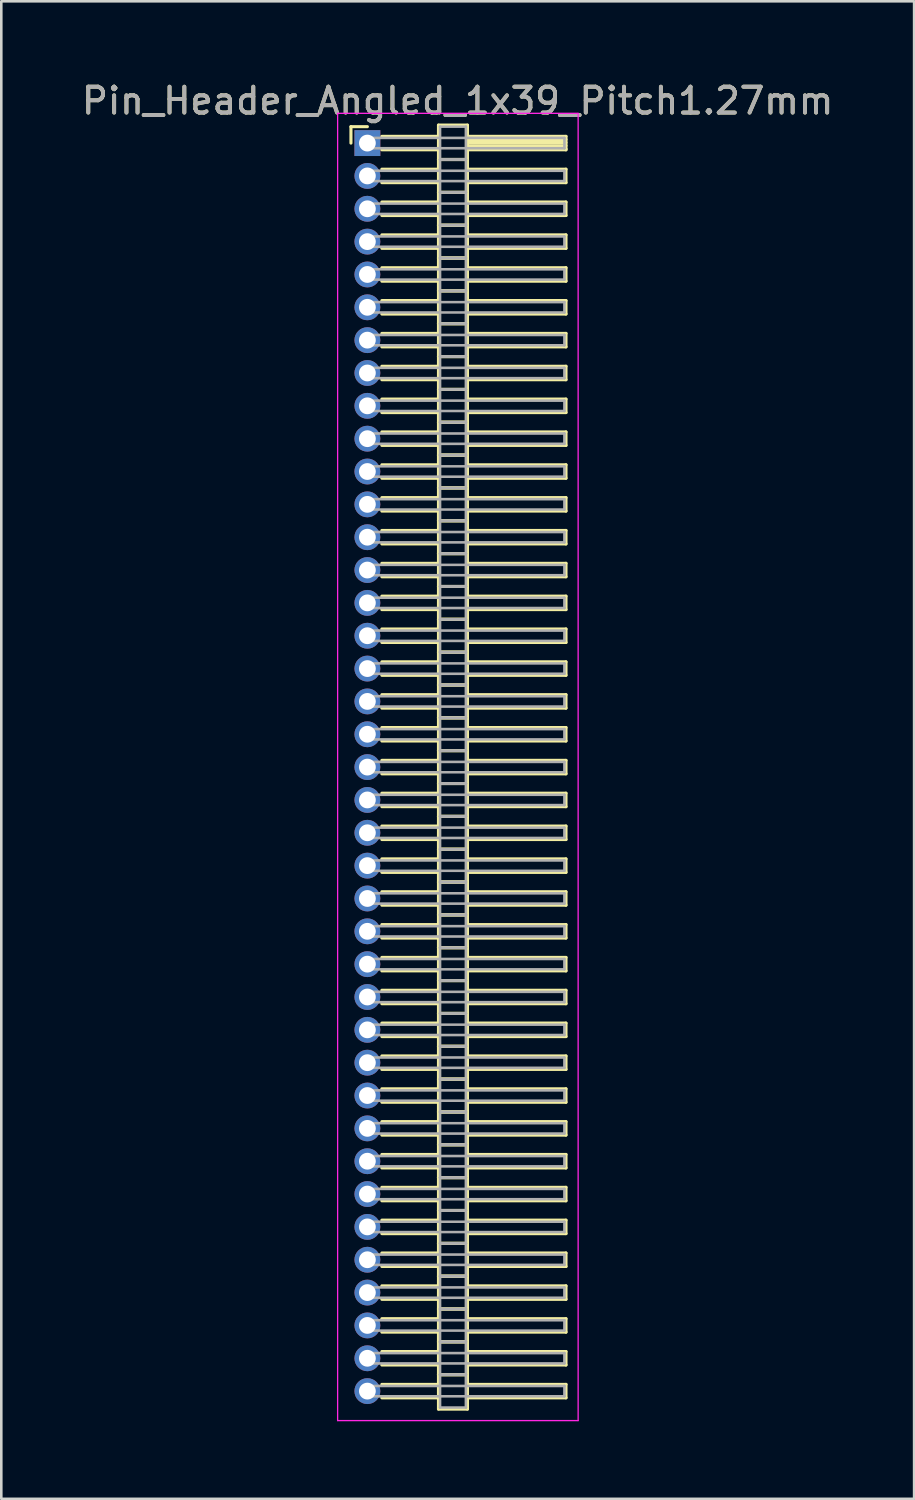
<source format=kicad_pcb>
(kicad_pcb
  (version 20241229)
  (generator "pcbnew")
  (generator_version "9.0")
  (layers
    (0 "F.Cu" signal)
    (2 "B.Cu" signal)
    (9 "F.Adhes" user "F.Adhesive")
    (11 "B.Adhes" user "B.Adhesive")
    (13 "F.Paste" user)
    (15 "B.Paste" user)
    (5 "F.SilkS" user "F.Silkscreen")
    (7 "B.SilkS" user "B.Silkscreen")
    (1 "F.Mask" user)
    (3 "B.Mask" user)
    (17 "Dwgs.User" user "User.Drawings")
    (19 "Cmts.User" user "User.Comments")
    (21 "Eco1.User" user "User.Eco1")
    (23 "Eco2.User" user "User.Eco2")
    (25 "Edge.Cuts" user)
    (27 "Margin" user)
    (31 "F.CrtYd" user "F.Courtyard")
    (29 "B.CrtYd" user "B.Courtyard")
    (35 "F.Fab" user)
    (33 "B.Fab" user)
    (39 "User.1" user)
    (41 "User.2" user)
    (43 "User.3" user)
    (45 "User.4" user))
  (footprint "Pin_Header_Angled_1x39_Pitch1.27mm"
    (layer "F.Cu")
    (at 11.156 2.483)
    (property "Reference" "Pin_Header_Angled_1x39_Pitch1.27mm" (at 3.493 -1.635 0) (layer "F.SilkS") (effects (font (size 1 1) (thickness 0.15))))
    (attr through_hole)
    (fp_line (start -0.635 -0.635) (end 0 -0.635) (stroke (width 0.12) (type solid)) (layer "F.SilkS"))
    (fp_line (start -0.635 0) (end -0.635 -0.635) (stroke (width 0.12) (type solid)) (layer "F.SilkS"))
    (fp_line (start 0.56 -0.26) (end 2.75 -0.26) (stroke (width 0.12) (type solid)) (layer "F.SilkS"))
    (fp_line (start 0.56 0.26) (end 2.75 0.26) (stroke (width 0.12) (type solid)) (layer "F.SilkS"))
    (fp_line (start 0.56 1.01) (end 2.75 1.01) (stroke (width 0.12) (type solid)) (layer "F.SilkS"))
    (fp_line (start 0.56 1.53) (end 2.75 1.53) (stroke (width 0.12) (type solid)) (layer "F.SilkS"))
    (fp_line (start 0.56 2.28) (end 2.75 2.28) (stroke (width 0.12) (type solid)) (layer "F.SilkS"))
    (fp_line (start 0.56 2.8) (end 2.75 2.8) (stroke (width 0.12) (type solid)) (layer "F.SilkS"))
    (fp_line (start 0.56 3.55) (end 2.75 3.55) (stroke (width 0.12) (type solid)) (layer "F.SilkS"))
    (fp_line (start 0.56 4.07) (end 2.75 4.07) (stroke (width 0.12) (type solid)) (layer "F.SilkS"))
    (fp_line (start 0.56 4.82) (end 2.75 4.82) (stroke (width 0.12) (type solid)) (layer "F.SilkS"))
    (fp_line (start 0.56 5.34) (end 2.75 5.34) (stroke (width 0.12) (type solid)) (layer "F.SilkS"))
    (fp_line (start 0.56 6.09) (end 2.75 6.09) (stroke (width 0.12) (type solid)) (layer "F.SilkS"))
    (fp_line (start 0.56 6.61) (end 2.75 6.61) (stroke (width 0.12) (type solid)) (layer "F.SilkS"))
    (fp_line (start 0.56 7.36) (end 2.75 7.36) (stroke (width 0.12) (type solid)) (layer "F.SilkS"))
    (fp_line (start 0.56 7.88) (end 2.75 7.88) (stroke (width 0.12) (type solid)) (layer "F.SilkS"))
    (fp_line (start 0.56 8.63) (end 2.75 8.63) (stroke (width 0.12) (type solid)) (layer "F.SilkS"))
    (fp_line (start 0.56 9.15) (end 2.75 9.15) (stroke (width 0.12) (type solid)) (layer "F.SilkS"))
    (fp_line (start 0.56 9.9) (end 2.75 9.9) (stroke (width 0.12) (type solid)) (layer "F.SilkS"))
    (fp_line (start 0.56 10.42) (end 2.75 10.42) (stroke (width 0.12) (type solid)) (layer "F.SilkS"))
    (fp_line (start 0.56 11.17) (end 2.75 11.17) (stroke (width 0.12) (type solid)) (layer "F.SilkS"))
    (fp_line (start 0.56 11.69) (end 2.75 11.69) (stroke (width 0.12) (type solid)) (layer "F.SilkS"))
    (fp_line (start 0.56 12.44) (end 2.75 12.44) (stroke (width 0.12) (type solid)) (layer "F.SilkS"))
    (fp_line (start 0.56 12.96) (end 2.75 12.96) (stroke (width 0.12) (type solid)) (layer "F.SilkS"))
    (fp_line (start 0.56 13.71) (end 2.75 13.71) (stroke (width 0.12) (type solid)) (layer "F.SilkS"))
    (fp_line (start 0.56 14.23) (end 2.75 14.23) (stroke (width 0.12) (type solid)) (layer "F.SilkS"))
    (fp_line (start 0.56 14.98) (end 2.75 14.98) (stroke (width 0.12) (type solid)) (layer "F.SilkS"))
    (fp_line (start 0.56 15.5) (end 2.75 15.5) (stroke (width 0.12) (type solid)) (layer "F.SilkS"))
    (fp_line (start 0.56 16.25) (end 2.75 16.25) (stroke (width 0.12) (type solid)) (layer "F.SilkS"))
    (fp_line (start 0.56 16.77) (end 2.75 16.77) (stroke (width 0.12) (type solid)) (layer "F.SilkS"))
    (fp_line (start 0.56 17.52) (end 2.75 17.52) (stroke (width 0.12) (type solid)) (layer "F.SilkS"))
    (fp_line (start 0.56 18.04) (end 2.75 18.04) (stroke (width 0.12) (type solid)) (layer "F.SilkS"))
    (fp_line (start 0.56 18.79) (end 2.75 18.79) (stroke (width 0.12) (type solid)) (layer "F.SilkS"))
    (fp_line (start 0.56 19.31) (end 2.75 19.31) (stroke (width 0.12) (type solid)) (layer "F.SilkS"))
    (fp_line (start 0.56 20.06) (end 2.75 20.06) (stroke (width 0.12) (type solid)) (layer "F.SilkS"))
    (fp_line (start 0.56 20.58) (end 2.75 20.58) (stroke (width 0.12) (type solid)) (layer "F.SilkS"))
    (fp_line (start 0.56 21.33) (end 2.75 21.33) (stroke (width 0.12) (type solid)) (layer "F.SilkS"))
    (fp_line (start 0.56 21.85) (end 2.75 21.85) (stroke (width 0.12) (type solid)) (layer "F.SilkS"))
    (fp_line (start 0.56 22.6) (end 2.75 22.6) (stroke (width 0.12) (type solid)) (layer "F.SilkS"))
    (fp_line (start 0.56 23.12) (end 2.75 23.12) (stroke (width 0.12) (type solid)) (layer "F.SilkS"))
    (fp_line (start 0.56 23.87) (end 2.75 23.87) (stroke (width 0.12) (type solid)) (layer "F.SilkS"))
    (fp_line (start 0.56 24.39) (end 2.75 24.39) (stroke (width 0.12) (type solid)) (layer "F.SilkS"))
    (fp_line (start 0.56 25.14) (end 2.75 25.14) (stroke (width 0.12) (type solid)) (layer "F.SilkS"))
    (fp_line (start 0.56 25.66) (end 2.75 25.66) (stroke (width 0.12) (type solid)) (layer "F.SilkS"))
    (fp_line (start 0.56 26.41) (end 2.75 26.41) (stroke (width 0.12) (type solid)) (layer "F.SilkS"))
    (fp_line (start 0.56 26.93) (end 2.75 26.93) (stroke (width 0.12) (type solid)) (layer "F.SilkS"))
    (fp_line (start 0.56 27.68) (end 2.75 27.68) (stroke (width 0.12) (type solid)) (layer "F.SilkS"))
    (fp_line (start 0.56 28.2) (end 2.75 28.2) (stroke (width 0.12) (type solid)) (layer "F.SilkS"))
    (fp_line (start 0.56 28.95) (end 2.75 28.95) (stroke (width 0.12) (type solid)) (layer "F.SilkS"))
    (fp_line (start 0.56 29.47) (end 2.75 29.47) (stroke (width 0.12) (type solid)) (layer "F.SilkS"))
    (fp_line (start 0.56 30.22) (end 2.75 30.22) (stroke (width 0.12) (type solid)) (layer "F.SilkS"))
    (fp_line (start 0.56 30.74) (end 2.75 30.74) (stroke (width 0.12) (type solid)) (layer "F.SilkS"))
    (fp_line (start 0.56 31.49) (end 2.75 31.49) (stroke (width 0.12) (type solid)) (layer "F.SilkS"))
    (fp_line (start 0.56 32.01) (end 2.75 32.01) (stroke (width 0.12) (type solid)) (layer "F.SilkS"))
    (fp_line (start 0.56 32.76) (end 2.75 32.76) (stroke (width 0.12) (type solid)) (layer "F.SilkS"))
    (fp_line (start 0.56 33.28) (end 2.75 33.28) (stroke (width 0.12) (type solid)) (layer "F.SilkS"))
    (fp_line (start 0.56 34.03) (end 2.75 34.03) (stroke (width 0.12) (type solid)) (layer "F.SilkS"))
    (fp_line (start 0.56 34.55) (end 2.75 34.55) (stroke (width 0.12) (type solid)) (layer "F.SilkS"))
    (fp_line (start 0.56 35.3) (end 2.75 35.3) (stroke (width 0.12) (type solid)) (layer "F.SilkS"))
    (fp_line (start 0.56 35.82) (end 2.75 35.82) (stroke (width 0.12) (type solid)) (layer "F.SilkS"))
    (fp_line (start 0.56 36.57) (end 2.75 36.57) (stroke (width 0.12) (type solid)) (layer "F.SilkS"))
    (fp_line (start 0.56 37.09) (end 2.75 37.09) (stroke (width 0.12) (type solid)) (layer "F.SilkS"))
    (fp_line (start 0.56 37.84) (end 2.75 37.84) (stroke (width 0.12) (type solid)) (layer "F.SilkS"))
    (fp_line (start 0.56 38.36) (end 2.75 38.36) (stroke (width 0.12) (type solid)) (layer "F.SilkS"))
    (fp_line (start 0.56 39.11) (end 2.75 39.11) (stroke (width 0.12) (type solid)) (layer "F.SilkS"))
    (fp_line (start 0.56 39.63) (end 2.75 39.63) (stroke (width 0.12) (type solid)) (layer "F.SilkS"))
    (fp_line (start 0.56 40.38) (end 2.75 40.38) (stroke (width 0.12) (type solid)) (layer "F.SilkS"))
    (fp_line (start 0.56 40.9) (end 2.75 40.9) (stroke (width 0.12) (type solid)) (layer "F.SilkS"))
    (fp_line (start 0.56 41.65) (end 2.75 41.65) (stroke (width 0.12) (type solid)) (layer "F.SilkS"))
    (fp_line (start 0.56 42.17) (end 2.75 42.17) (stroke (width 0.12) (type solid)) (layer "F.SilkS"))
    (fp_line (start 0.56 42.92) (end 2.75 42.92) (stroke (width 0.12) (type solid)) (layer "F.SilkS"))
    (fp_line (start 0.56 43.44) (end 2.75 43.44) (stroke (width 0.12) (type solid)) (layer "F.SilkS"))
    (fp_line (start 0.56 44.19) (end 2.75 44.19) (stroke (width 0.12) (type solid)) (layer "F.SilkS"))
    (fp_line (start 0.56 44.71) (end 2.75 44.71) (stroke (width 0.12) (type solid)) (layer "F.SilkS"))
    (fp_line (start 0.56 45.46) (end 2.75 45.46) (stroke (width 0.12) (type solid)) (layer "F.SilkS"))
    (fp_line (start 0.56 45.98) (end 2.75 45.98) (stroke (width 0.12) (type solid)) (layer "F.SilkS"))
    (fp_line (start 0.56 46.73) (end 2.75 46.73) (stroke (width 0.12) (type solid)) (layer "F.SilkS"))
    (fp_line (start 0.56 47.25) (end 2.75 47.25) (stroke (width 0.12) (type solid)) (layer "F.SilkS"))
    (fp_line (start 0.56 48) (end 2.75 48) (stroke (width 0.12) (type solid)) (layer "F.SilkS"))
    (fp_line (start 0.56 48.52) (end 2.75 48.52) (stroke (width 0.12) (type solid)) (layer "F.SilkS"))
    (fp_line (start 2.75 -0.695) (end 2.75 0.635) (stroke (width 0.12) (type solid)) (layer "F.SilkS"))
    (fp_line (start 2.75 0.635) (end 2.75 1.905) (stroke (width 0.12) (type solid)) (layer "F.SilkS"))
    (fp_line (start 2.75 0.635) (end 3.87 0.635) (stroke (width 0.12) (type solid)) (layer "F.SilkS"))
    (fp_line (start 2.75 1.905) (end 2.75 3.175) (stroke (width 0.12) (type solid)) (layer "F.SilkS"))
    (fp_line (start 2.75 1.905) (end 3.87 1.905) (stroke (width 0.12) (type solid)) (layer "F.SilkS"))
    (fp_line (start 2.75 3.175) (end 2.75 4.445) (stroke (width 0.12) (type solid)) (layer "F.SilkS"))
    (fp_line (start 2.75 3.175) (end 3.87 3.175) (stroke (width 0.12) (type solid)) (layer "F.SilkS"))
    (fp_line (start 2.75 4.445) (end 2.75 5.715) (stroke (width 0.12) (type solid)) (layer "F.SilkS"))
    (fp_line (start 2.75 4.445) (end 3.87 4.445) (stroke (width 0.12) (type solid)) (layer "F.SilkS"))
    (fp_line (start 2.75 5.715) (end 2.75 6.985) (stroke (width 0.12) (type solid)) (layer "F.SilkS"))
    (fp_line (start 2.75 5.715) (end 3.87 5.715) (stroke (width 0.12) (type solid)) (layer "F.SilkS"))
    (fp_line (start 2.75 6.985) (end 2.75 8.255) (stroke (width 0.12) (type solid)) (layer "F.SilkS"))
    (fp_line (start 2.75 6.985) (end 3.87 6.985) (stroke (width 0.12) (type solid)) (layer "F.SilkS"))
    (fp_line (start 2.75 8.255) (end 2.75 9.525) (stroke (width 0.12) (type solid)) (layer "F.SilkS"))
    (fp_line (start 2.75 8.255) (end 3.87 8.255) (stroke (width 0.12) (type solid)) (layer "F.SilkS"))
    (fp_line (start 2.75 9.525) (end 2.75 10.795) (stroke (width 0.12) (type solid)) (layer "F.SilkS"))
    (fp_line (start 2.75 9.525) (end 3.87 9.525) (stroke (width 0.12) (type solid)) (layer "F.SilkS"))
    (fp_line (start 2.75 10.795) (end 2.75 12.065) (stroke (width 0.12) (type solid)) (layer "F.SilkS"))
    (fp_line (start 2.75 10.795) (end 3.87 10.795) (stroke (width 0.12) (type solid)) (layer "F.SilkS"))
    (fp_line (start 2.75 12.065) (end 2.75 13.335) (stroke (width 0.12) (type solid)) (layer "F.SilkS"))
    (fp_line (start 2.75 12.065) (end 3.87 12.065) (stroke (width 0.12) (type solid)) (layer "F.SilkS"))
    (fp_line (start 2.75 13.335) (end 2.75 14.605) (stroke (width 0.12) (type solid)) (layer "F.SilkS"))
    (fp_line (start 2.75 13.335) (end 3.87 13.335) (stroke (width 0.12) (type solid)) (layer "F.SilkS"))
    (fp_line (start 2.75 14.605) (end 2.75 15.875) (stroke (width 0.12) (type solid)) (layer "F.SilkS"))
    (fp_line (start 2.75 14.605) (end 3.87 14.605) (stroke (width 0.12) (type solid)) (layer "F.SilkS"))
    (fp_line (start 2.75 15.875) (end 2.75 17.145) (stroke (width 0.12) (type solid)) (layer "F.SilkS"))
    (fp_line (start 2.75 15.875) (end 3.87 15.875) (stroke (width 0.12) (type solid)) (layer "F.SilkS"))
    (fp_line (start 2.75 17.145) (end 2.75 18.415) (stroke (width 0.12) (type solid)) (layer "F.SilkS"))
    (fp_line (start 2.75 17.145) (end 3.87 17.145) (stroke (width 0.12) (type solid)) (layer "F.SilkS"))
    (fp_line (start 2.75 18.415) (end 2.75 19.685) (stroke (width 0.12) (type solid)) (layer "F.SilkS"))
    (fp_line (start 2.75 18.415) (end 3.87 18.415) (stroke (width 0.12) (type solid)) (layer "F.SilkS"))
    (fp_line (start 2.75 19.685) (end 2.75 20.955) (stroke (width 0.12) (type solid)) (layer "F.SilkS"))
    (fp_line (start 2.75 19.685) (end 3.87 19.685) (stroke (width 0.12) (type solid)) (layer "F.SilkS"))
    (fp_line (start 2.75 20.955) (end 2.75 22.225) (stroke (width 0.12) (type solid)) (layer "F.SilkS"))
    (fp_line (start 2.75 20.955) (end 3.87 20.955) (stroke (width 0.12) (type solid)) (layer "F.SilkS"))
    (fp_line (start 2.75 22.225) (end 2.75 23.495) (stroke (width 0.12) (type solid)) (layer "F.SilkS"))
    (fp_line (start 2.75 22.225) (end 3.87 22.225) (stroke (width 0.12) (type solid)) (layer "F.SilkS"))
    (fp_line (start 2.75 23.495) (end 2.75 24.765) (stroke (width 0.12) (type solid)) (layer "F.SilkS"))
    (fp_line (start 2.75 23.495) (end 3.87 23.495) (stroke (width 0.12) (type solid)) (layer "F.SilkS"))
    (fp_line (start 2.75 24.765) (end 2.75 26.035) (stroke (width 0.12) (type solid)) (layer "F.SilkS"))
    (fp_line (start 2.75 24.765) (end 3.87 24.765) (stroke (width 0.12) (type solid)) (layer "F.SilkS"))
    (fp_line (start 2.75 26.035) (end 2.75 27.305) (stroke (width 0.12) (type solid)) (layer "F.SilkS"))
    (fp_line (start 2.75 26.035) (end 3.87 26.035) (stroke (width 0.12) (type solid)) (layer "F.SilkS"))
    (fp_line (start 2.75 27.305) (end 2.75 28.575) (stroke (width 0.12) (type solid)) (layer "F.SilkS"))
    (fp_line (start 2.75 27.305) (end 3.87 27.305) (stroke (width 0.12) (type solid)) (layer "F.SilkS"))
    (fp_line (start 2.75 28.575) (end 2.75 29.845) (stroke (width 0.12) (type solid)) (layer "F.SilkS"))
    (fp_line (start 2.75 28.575) (end 3.87 28.575) (stroke (width 0.12) (type solid)) (layer "F.SilkS"))
    (fp_line (start 2.75 29.845) (end 2.75 31.115) (stroke (width 0.12) (type solid)) (layer "F.SilkS"))
    (fp_line (start 2.75 29.845) (end 3.87 29.845) (stroke (width 0.12) (type solid)) (layer "F.SilkS"))
    (fp_line (start 2.75 31.115) (end 2.75 32.385) (stroke (width 0.12) (type solid)) (layer "F.SilkS"))
    (fp_line (start 2.75 31.115) (end 3.87 31.115) (stroke (width 0.12) (type solid)) (layer "F.SilkS"))
    (fp_line (start 2.75 32.385) (end 2.75 33.655) (stroke (width 0.12) (type solid)) (layer "F.SilkS"))
    (fp_line (start 2.75 32.385) (end 3.87 32.385) (stroke (width 0.12) (type solid)) (layer "F.SilkS"))
    (fp_line (start 2.75 33.655) (end 2.75 34.925) (stroke (width 0.12) (type solid)) (layer "F.SilkS"))
    (fp_line (start 2.75 33.655) (end 3.87 33.655) (stroke (width 0.12) (type solid)) (layer "F.SilkS"))
    (fp_line (start 2.75 34.925) (end 2.75 36.195) (stroke (width 0.12) (type solid)) (layer "F.SilkS"))
    (fp_line (start 2.75 34.925) (end 3.87 34.925) (stroke (width 0.12) (type solid)) (layer "F.SilkS"))
    (fp_line (start 2.75 36.195) (end 2.75 37.465) (stroke (width 0.12) (type solid)) (layer "F.SilkS"))
    (fp_line (start 2.75 36.195) (end 3.87 36.195) (stroke (width 0.12) (type solid)) (layer "F.SilkS"))
    (fp_line (start 2.75 37.465) (end 2.75 38.735) (stroke (width 0.12) (type solid)) (layer "F.SilkS"))
    (fp_line (start 2.75 37.465) (end 3.87 37.465) (stroke (width 0.12) (type solid)) (layer "F.SilkS"))
    (fp_line (start 2.75 38.735) (end 2.75 40.005) (stroke (width 0.12) (type solid)) (layer "F.SilkS"))
    (fp_line (start 2.75 38.735) (end 3.87 38.735) (stroke (width 0.12) (type solid)) (layer "F.SilkS"))
    (fp_line (start 2.75 40.005) (end 2.75 41.275) (stroke (width 0.12) (type solid)) (layer "F.SilkS"))
    (fp_line (start 2.75 40.005) (end 3.87 40.005) (stroke (width 0.12) (type solid)) (layer "F.SilkS"))
    (fp_line (start 2.75 41.275) (end 2.75 42.545) (stroke (width 0.12) (type solid)) (layer "F.SilkS"))
    (fp_line (start 2.75 41.275) (end 3.87 41.275) (stroke (width 0.12) (type solid)) (layer "F.SilkS"))
    (fp_line (start 2.75 42.545) (end 2.75 43.815) (stroke (width 0.12) (type solid)) (layer "F.SilkS"))
    (fp_line (start 2.75 42.545) (end 3.87 42.545) (stroke (width 0.12) (type solid)) (layer "F.SilkS"))
    (fp_line (start 2.75 43.815) (end 2.75 45.085) (stroke (width 0.12) (type solid)) (layer "F.SilkS"))
    (fp_line (start 2.75 43.815) (end 3.87 43.815) (stroke (width 0.12) (type solid)) (layer "F.SilkS"))
    (fp_line (start 2.75 45.085) (end 2.75 46.355) (stroke (width 0.12) (type solid)) (layer "F.SilkS"))
    (fp_line (start 2.75 45.085) (end 3.87 45.085) (stroke (width 0.12) (type solid)) (layer "F.SilkS"))
    (fp_line (start 2.75 46.355) (end 2.75 47.625) (stroke (width 0.12) (type solid)) (layer "F.SilkS"))
    (fp_line (start 2.75 46.355) (end 3.87 46.355) (stroke (width 0.12) (type solid)) (layer "F.SilkS"))
    (fp_line (start 2.75 47.625) (end 2.75 48.955) (stroke (width 0.12) (type solid)) (layer "F.SilkS"))
    (fp_line (start 2.75 47.625) (end 3.87 47.625) (stroke (width 0.12) (type solid)) (layer "F.SilkS"))
    (fp_line (start 2.75 48.955) (end 3.87 48.955) (stroke (width 0.12) (type solid)) (layer "F.SilkS"))
    (fp_line (start 3.87 -0.695) (end 2.75 -0.695) (stroke (width 0.12) (type solid)) (layer "F.SilkS"))
    (fp_line (start 3.87 -0.26) (end 3.87 0.26) (stroke (width 0.12) (type solid)) (layer "F.SilkS"))
    (fp_line (start 3.87 -0.14) (end 7.68 -0.14) (stroke (width 0.12) (type solid)) (layer "F.SilkS"))
    (fp_line (start 3.87 -0.02) (end 7.68 -0.02) (stroke (width 0.12) (type solid)) (layer "F.SilkS"))
    (fp_line (start 3.87 0.1) (end 7.68 0.1) (stroke (width 0.12) (type solid)) (layer "F.SilkS"))
    (fp_line (start 3.87 0.22) (end 7.68 0.22) (stroke (width 0.12) (type solid)) (layer "F.SilkS"))
    (fp_line (start 3.87 0.26) (end 7.68 0.26) (stroke (width 0.12) (type solid)) (layer "F.SilkS"))
    (fp_line (start 3.87 0.635) (end 2.75 0.635) (stroke (width 0.12) (type solid)) (layer "F.SilkS"))
    (fp_line (start 3.87 0.635) (end 3.87 -0.695) (stroke (width 0.12) (type solid)) (layer "F.SilkS"))
    (fp_line (start 3.87 1.01) (end 3.87 1.53) (stroke (width 0.12) (type solid)) (layer "F.SilkS"))
    (fp_line (start 3.87 1.53) (end 7.68 1.53) (stroke (width 0.12) (type solid)) (layer "F.SilkS"))
    (fp_line (start 3.87 1.905) (end 2.75 1.905) (stroke (width 0.12) (type solid)) (layer "F.SilkS"))
    (fp_line (start 3.87 1.905) (end 3.87 0.635) (stroke (width 0.12) (type solid)) (layer "F.SilkS"))
    (fp_line (start 3.87 2.28) (end 3.87 2.8) (stroke (width 0.12) (type solid)) (layer "F.SilkS"))
    (fp_line (start 3.87 2.8) (end 7.68 2.8) (stroke (width 0.12) (type solid)) (layer "F.SilkS"))
    (fp_line (start 3.87 3.175) (end 2.75 3.175) (stroke (width 0.12) (type solid)) (layer "F.SilkS"))
    (fp_line (start 3.87 3.175) (end 3.87 1.905) (stroke (width 0.12) (type solid)) (layer "F.SilkS"))
    (fp_line (start 3.87 3.55) (end 3.87 4.07) (stroke (width 0.12) (type solid)) (layer "F.SilkS"))
    (fp_line (start 3.87 4.07) (end 7.68 4.07) (stroke (width 0.12) (type solid)) (layer "F.SilkS"))
    (fp_line (start 3.87 4.445) (end 2.75 4.445) (stroke (width 0.12) (type solid)) (layer "F.SilkS"))
    (fp_line (start 3.87 4.445) (end 3.87 3.175) (stroke (width 0.12) (type solid)) (layer "F.SilkS"))
    (fp_line (start 3.87 4.82) (end 3.87 5.34) (stroke (width 0.12) (type solid)) (layer "F.SilkS"))
    (fp_line (start 3.87 5.34) (end 7.68 5.34) (stroke (width 0.12) (type solid)) (layer "F.SilkS"))
    (fp_line (start 3.87 5.715) (end 2.75 5.715) (stroke (width 0.12) (type solid)) (layer "F.SilkS"))
    (fp_line (start 3.87 5.715) (end 3.87 4.445) (stroke (width 0.12) (type solid)) (layer "F.SilkS"))
    (fp_line (start 3.87 6.09) (end 3.87 6.61) (stroke (width 0.12) (type solid)) (layer "F.SilkS"))
    (fp_line (start 3.87 6.61) (end 7.68 6.61) (stroke (width 0.12) (type solid)) (layer "F.SilkS"))
    (fp_line (start 3.87 6.985) (end 2.75 6.985) (stroke (width 0.12) (type solid)) (layer "F.SilkS"))
    (fp_line (start 3.87 6.985) (end 3.87 5.715) (stroke (width 0.12) (type solid)) (layer "F.SilkS"))
    (fp_line (start 3.87 7.36) (end 3.87 7.88) (stroke (width 0.12) (type solid)) (layer "F.SilkS"))
    (fp_line (start 3.87 7.88) (end 7.68 7.88) (stroke (width 0.12) (type solid)) (layer "F.SilkS"))
    (fp_line (start 3.87 8.255) (end 2.75 8.255) (stroke (width 0.12) (type solid)) (layer "F.SilkS"))
    (fp_line (start 3.87 8.255) (end 3.87 6.985) (stroke (width 0.12) (type solid)) (layer "F.SilkS"))
    (fp_line (start 3.87 8.63) (end 3.87 9.15) (stroke (width 0.12) (type solid)) (layer "F.SilkS"))
    (fp_line (start 3.87 9.15) (end 7.68 9.15) (stroke (width 0.12) (type solid)) (layer "F.SilkS"))
    (fp_line (start 3.87 9.525) (end 2.75 9.525) (stroke (width 0.12) (type solid)) (layer "F.SilkS"))
    (fp_line (start 3.87 9.525) (end 3.87 8.255) (stroke (width 0.12) (type solid)) (layer "F.SilkS"))
    (fp_line (start 3.87 9.9) (end 3.87 10.42) (stroke (width 0.12) (type solid)) (layer "F.SilkS"))
    (fp_line (start 3.87 10.42) (end 7.68 10.42) (stroke (width 0.12) (type solid)) (layer "F.SilkS"))
    (fp_line (start 3.87 10.795) (end 2.75 10.795) (stroke (width 0.12) (type solid)) (layer "F.SilkS"))
    (fp_line (start 3.87 10.795) (end 3.87 9.525) (stroke (width 0.12) (type solid)) (layer "F.SilkS"))
    (fp_line (start 3.87 11.17) (end 3.87 11.69) (stroke (width 0.12) (type solid)) (layer "F.SilkS"))
    (fp_line (start 3.87 11.69) (end 7.68 11.69) (stroke (width 0.12) (type solid)) (layer "F.SilkS"))
    (fp_line (start 3.87 12.065) (end 2.75 12.065) (stroke (width 0.12) (type solid)) (layer "F.SilkS"))
    (fp_line (start 3.87 12.065) (end 3.87 10.795) (stroke (width 0.12) (type solid)) (layer "F.SilkS"))
    (fp_line (start 3.87 12.44) (end 3.87 12.96) (stroke (width 0.12) (type solid)) (layer "F.SilkS"))
    (fp_line (start 3.87 12.96) (end 7.68 12.96) (stroke (width 0.12) (type solid)) (layer "F.SilkS"))
    (fp_line (start 3.87 13.335) (end 2.75 13.335) (stroke (width 0.12) (type solid)) (layer "F.SilkS"))
    (fp_line (start 3.87 13.335) (end 3.87 12.065) (stroke (width 0.12) (type solid)) (layer "F.SilkS"))
    (fp_line (start 3.87 13.71) (end 3.87 14.23) (stroke (width 0.12) (type solid)) (layer "F.SilkS"))
    (fp_line (start 3.87 14.23) (end 7.68 14.23) (stroke (width 0.12) (type solid)) (layer "F.SilkS"))
    (fp_line (start 3.87 14.605) (end 2.75 14.605) (stroke (width 0.12) (type solid)) (layer "F.SilkS"))
    (fp_line (start 3.87 14.605) (end 3.87 13.335) (stroke (width 0.12) (type solid)) (layer "F.SilkS"))
    (fp_line (start 3.87 14.98) (end 3.87 15.5) (stroke (width 0.12) (type solid)) (layer "F.SilkS"))
    (fp_line (start 3.87 15.5) (end 7.68 15.5) (stroke (width 0.12) (type solid)) (layer "F.SilkS"))
    (fp_line (start 3.87 15.875) (end 2.75 15.875) (stroke (width 0.12) (type solid)) (layer "F.SilkS"))
    (fp_line (start 3.87 15.875) (end 3.87 14.605) (stroke (width 0.12) (type solid)) (layer "F.SilkS"))
    (fp_line (start 3.87 16.25) (end 3.87 16.77) (stroke (width 0.12) (type solid)) (layer "F.SilkS"))
    (fp_line (start 3.87 16.77) (end 7.68 16.77) (stroke (width 0.12) (type solid)) (layer "F.SilkS"))
    (fp_line (start 3.87 17.145) (end 2.75 17.145) (stroke (width 0.12) (type solid)) (layer "F.SilkS"))
    (fp_line (start 3.87 17.145) (end 3.87 15.875) (stroke (width 0.12) (type solid)) (layer "F.SilkS"))
    (fp_line (start 3.87 17.52) (end 3.87 18.04) (stroke (width 0.12) (type solid)) (layer "F.SilkS"))
    (fp_line (start 3.87 18.04) (end 7.68 18.04) (stroke (width 0.12) (type solid)) (layer "F.SilkS"))
    (fp_line (start 3.87 18.415) (end 2.75 18.415) (stroke (width 0.12) (type solid)) (layer "F.SilkS"))
    (fp_line (start 3.87 18.415) (end 3.87 17.145) (stroke (width 0.12) (type solid)) (layer "F.SilkS"))
    (fp_line (start 3.87 18.79) (end 3.87 19.31) (stroke (width 0.12) (type solid)) (layer "F.SilkS"))
    (fp_line (start 3.87 19.31) (end 7.68 19.31) (stroke (width 0.12) (type solid)) (layer "F.SilkS"))
    (fp_line (start 3.87 19.685) (end 2.75 19.685) (stroke (width 0.12) (type solid)) (layer "F.SilkS"))
    (fp_line (start 3.87 19.685) (end 3.87 18.415) (stroke (width 0.12) (type solid)) (layer "F.SilkS"))
    (fp_line (start 3.87 20.06) (end 3.87 20.58) (stroke (width 0.12) (type solid)) (layer "F.SilkS"))
    (fp_line (start 3.87 20.58) (end 7.68 20.58) (stroke (width 0.12) (type solid)) (layer "F.SilkS"))
    (fp_line (start 3.87 20.955) (end 2.75 20.955) (stroke (width 0.12) (type solid)) (layer "F.SilkS"))
    (fp_line (start 3.87 20.955) (end 3.87 19.685) (stroke (width 0.12) (type solid)) (layer "F.SilkS"))
    (fp_line (start 3.87 21.33) (end 3.87 21.85) (stroke (width 0.12) (type solid)) (layer "F.SilkS"))
    (fp_line (start 3.87 21.85) (end 7.68 21.85) (stroke (width 0.12) (type solid)) (layer "F.SilkS"))
    (fp_line (start 3.87 22.225) (end 2.75 22.225) (stroke (width 0.12) (type solid)) (layer "F.SilkS"))
    (fp_line (start 3.87 22.225) (end 3.87 20.955) (stroke (width 0.12) (type solid)) (layer "F.SilkS"))
    (fp_line (start 3.87 22.6) (end 3.87 23.12) (stroke (width 0.12) (type solid)) (layer "F.SilkS"))
    (fp_line (start 3.87 23.12) (end 7.68 23.12) (stroke (width 0.12) (type solid)) (layer "F.SilkS"))
    (fp_line (start 3.87 23.495) (end 2.75 23.495) (stroke (width 0.12) (type solid)) (layer "F.SilkS"))
    (fp_line (start 3.87 23.495) (end 3.87 22.225) (stroke (width 0.12) (type solid)) (layer "F.SilkS"))
    (fp_line (start 3.87 23.87) (end 3.87 24.39) (stroke (width 0.12) (type solid)) (layer "F.SilkS"))
    (fp_line (start 3.87 24.39) (end 7.68 24.39) (stroke (width 0.12) (type solid)) (layer "F.SilkS"))
    (fp_line (start 3.87 24.765) (end 2.75 24.765) (stroke (width 0.12) (type solid)) (layer "F.SilkS"))
    (fp_line (start 3.87 24.765) (end 3.87 23.495) (stroke (width 0.12) (type solid)) (layer "F.SilkS"))
    (fp_line (start 3.87 25.14) (end 3.87 25.66) (stroke (width 0.12) (type solid)) (layer "F.SilkS"))
    (fp_line (start 3.87 25.66) (end 7.68 25.66) (stroke (width 0.12) (type solid)) (layer "F.SilkS"))
    (fp_line (start 3.87 26.035) (end 2.75 26.035) (stroke (width 0.12) (type solid)) (layer "F.SilkS"))
    (fp_line (start 3.87 26.035) (end 3.87 24.765) (stroke (width 0.12) (type solid)) (layer "F.SilkS"))
    (fp_line (start 3.87 26.41) (end 3.87 26.93) (stroke (width 0.12) (type solid)) (layer "F.SilkS"))
    (fp_line (start 3.87 26.93) (end 7.68 26.93) (stroke (width 0.12) (type solid)) (layer "F.SilkS"))
    (fp_line (start 3.87 27.305) (end 2.75 27.305) (stroke (width 0.12) (type solid)) (layer "F.SilkS"))
    (fp_line (start 3.87 27.305) (end 3.87 26.035) (stroke (width 0.12) (type solid)) (layer "F.SilkS"))
    (fp_line (start 3.87 27.68) (end 3.87 28.2) (stroke (width 0.12) (type solid)) (layer "F.SilkS"))
    (fp_line (start 3.87 28.2) (end 7.68 28.2) (stroke (width 0.12) (type solid)) (layer "F.SilkS"))
    (fp_line (start 3.87 28.575) (end 2.75 28.575) (stroke (width 0.12) (type solid)) (layer "F.SilkS"))
    (fp_line (start 3.87 28.575) (end 3.87 27.305) (stroke (width 0.12) (type solid)) (layer "F.SilkS"))
    (fp_line (start 3.87 28.95) (end 3.87 29.47) (stroke (width 0.12) (type solid)) (layer "F.SilkS"))
    (fp_line (start 3.87 29.47) (end 7.68 29.47) (stroke (width 0.12) (type solid)) (layer "F.SilkS"))
    (fp_line (start 3.87 29.845) (end 2.75 29.845) (stroke (width 0.12) (type solid)) (layer "F.SilkS"))
    (fp_line (start 3.87 29.845) (end 3.87 28.575) (stroke (width 0.12) (type solid)) (layer "F.SilkS"))
    (fp_line (start 3.87 30.22) (end 3.87 30.74) (stroke (width 0.12) (type solid)) (layer "F.SilkS"))
    (fp_line (start 3.87 30.74) (end 7.68 30.74) (stroke (width 0.12) (type solid)) (layer "F.SilkS"))
    (fp_line (start 3.87 31.115) (end 2.75 31.115) (stroke (width 0.12) (type solid)) (layer "F.SilkS"))
    (fp_line (start 3.87 31.115) (end 3.87 29.845) (stroke (width 0.12) (type solid)) (layer "F.SilkS"))
    (fp_line (start 3.87 31.49) (end 3.87 32.01) (stroke (width 0.12) (type solid)) (layer "F.SilkS"))
    (fp_line (start 3.87 32.01) (end 7.68 32.01) (stroke (width 0.12) (type solid)) (layer "F.SilkS"))
    (fp_line (start 3.87 32.385) (end 2.75 32.385) (stroke (width 0.12) (type solid)) (layer "F.SilkS"))
    (fp_line (start 3.87 32.385) (end 3.87 31.115) (stroke (width 0.12) (type solid)) (layer "F.SilkS"))
    (fp_line (start 3.87 32.76) (end 3.87 33.28) (stroke (width 0.12) (type solid)) (layer "F.SilkS"))
    (fp_line (start 3.87 33.28) (end 7.68 33.28) (stroke (width 0.12) (type solid)) (layer "F.SilkS"))
    (fp_line (start 3.87 33.655) (end 2.75 33.655) (stroke (width 0.12) (type solid)) (layer "F.SilkS"))
    (fp_line (start 3.87 33.655) (end 3.87 32.385) (stroke (width 0.12) (type solid)) (layer "F.SilkS"))
    (fp_line (start 3.87 34.03) (end 3.87 34.55) (stroke (width 0.12) (type solid)) (layer "F.SilkS"))
    (fp_line (start 3.87 34.55) (end 7.68 34.55) (stroke (width 0.12) (type solid)) (layer "F.SilkS"))
    (fp_line (start 3.87 34.925) (end 2.75 34.925) (stroke (width 0.12) (type solid)) (layer "F.SilkS"))
    (fp_line (start 3.87 34.925) (end 3.87 33.655) (stroke (width 0.12) (type solid)) (layer "F.SilkS"))
    (fp_line (start 3.87 35.3) (end 3.87 35.82) (stroke (width 0.12) (type solid)) (layer "F.SilkS"))
    (fp_line (start 3.87 35.82) (end 7.68 35.82) (stroke (width 0.12) (type solid)) (layer "F.SilkS"))
    (fp_line (start 3.87 36.195) (end 2.75 36.195) (stroke (width 0.12) (type solid)) (layer "F.SilkS"))
    (fp_line (start 3.87 36.195) (end 3.87 34.925) (stroke (width 0.12) (type solid)) (layer "F.SilkS"))
    (fp_line (start 3.87 36.57) (end 3.87 37.09) (stroke (width 0.12) (type solid)) (layer "F.SilkS"))
    (fp_line (start 3.87 37.09) (end 7.68 37.09) (stroke (width 0.12) (type solid)) (layer "F.SilkS"))
    (fp_line (start 3.87 37.465) (end 2.75 37.465) (stroke (width 0.12) (type solid)) (layer "F.SilkS"))
    (fp_line (start 3.87 37.465) (end 3.87 36.195) (stroke (width 0.12) (type solid)) (layer "F.SilkS"))
    (fp_line (start 3.87 37.84) (end 3.87 38.36) (stroke (width 0.12) (type solid)) (layer "F.SilkS"))
    (fp_line (start 3.87 38.36) (end 7.68 38.36) (stroke (width 0.12) (type solid)) (layer "F.SilkS"))
    (fp_line (start 3.87 38.735) (end 2.75 38.735) (stroke (width 0.12) (type solid)) (layer "F.SilkS"))
    (fp_line (start 3.87 38.735) (end 3.87 37.465) (stroke (width 0.12) (type solid)) (layer "F.SilkS"))
    (fp_line (start 3.87 39.11) (end 3.87 39.63) (stroke (width 0.12) (type solid)) (layer "F.SilkS"))
    (fp_line (start 3.87 39.63) (end 7.68 39.63) (stroke (width 0.12) (type solid)) (layer "F.SilkS"))
    (fp_line (start 3.87 40.005) (end 2.75 40.005) (stroke (width 0.12) (type solid)) (layer "F.SilkS"))
    (fp_line (start 3.87 40.005) (end 3.87 38.735) (stroke (width 0.12) (type solid)) (layer "F.SilkS"))
    (fp_line (start 3.87 40.38) (end 3.87 40.9) (stroke (width 0.12) (type solid)) (layer "F.SilkS"))
    (fp_line (start 3.87 40.9) (end 7.68 40.9) (stroke (width 0.12) (type solid)) (layer "F.SilkS"))
    (fp_line (start 3.87 41.275) (end 2.75 41.275) (stroke (width 0.12) (type solid)) (layer "F.SilkS"))
    (fp_line (start 3.87 41.275) (end 3.87 40.005) (stroke (width 0.12) (type solid)) (layer "F.SilkS"))
    (fp_line (start 3.87 41.65) (end 3.87 42.17) (stroke (width 0.12) (type solid)) (layer "F.SilkS"))
    (fp_line (start 3.87 42.17) (end 7.68 42.17) (stroke (width 0.12) (type solid)) (layer "F.SilkS"))
    (fp_line (start 3.87 42.545) (end 2.75 42.545) (stroke (width 0.12) (type solid)) (layer "F.SilkS"))
    (fp_line (start 3.87 42.545) (end 3.87 41.275) (stroke (width 0.12) (type solid)) (layer "F.SilkS"))
    (fp_line (start 3.87 42.92) (end 3.87 43.44) (stroke (width 0.12) (type solid)) (layer "F.SilkS"))
    (fp_line (start 3.87 43.44) (end 7.68 43.44) (stroke (width 0.12) (type solid)) (layer "F.SilkS"))
    (fp_line (start 3.87 43.815) (end 2.75 43.815) (stroke (width 0.12) (type solid)) (layer "F.SilkS"))
    (fp_line (start 3.87 43.815) (end 3.87 42.545) (stroke (width 0.12) (type solid)) (layer "F.SilkS"))
    (fp_line (start 3.87 44.19) (end 3.87 44.71) (stroke (width 0.12) (type solid)) (layer "F.SilkS"))
    (fp_line (start 3.87 44.71) (end 7.68 44.71) (stroke (width 0.12) (type solid)) (layer "F.SilkS"))
    (fp_line (start 3.87 45.085) (end 2.75 45.085) (stroke (width 0.12) (type solid)) (layer "F.SilkS"))
    (fp_line (start 3.87 45.085) (end 3.87 43.815) (stroke (width 0.12) (type solid)) (layer "F.SilkS"))
    (fp_line (start 3.87 45.46) (end 3.87 45.98) (stroke (width 0.12) (type solid)) (layer "F.SilkS"))
    (fp_line (start 3.87 45.98) (end 7.68 45.98) (stroke (width 0.12) (type solid)) (layer "F.SilkS"))
    (fp_line (start 3.87 46.355) (end 2.75 46.355) (stroke (width 0.12) (type solid)) (layer "F.SilkS"))
    (fp_line (start 3.87 46.355) (end 3.87 45.085) (stroke (width 0.12) (type solid)) (layer "F.SilkS"))
    (fp_line (start 3.87 46.73) (end 3.87 47.25) (stroke (width 0.12) (type solid)) (layer "F.SilkS"))
    (fp_line (start 3.87 47.25) (end 7.68 47.25) (stroke (width 0.12) (type solid)) (layer "F.SilkS"))
    (fp_line (start 3.87 47.625) (end 2.75 47.625) (stroke (width 0.12) (type solid)) (layer "F.SilkS"))
    (fp_line (start 3.87 47.625) (end 3.87 46.355) (stroke (width 0.12) (type solid)) (layer "F.SilkS"))
    (fp_line (start 3.87 48) (end 3.87 48.52) (stroke (width 0.12) (type solid)) (layer "F.SilkS"))
    (fp_line (start 3.87 48.52) (end 7.68 48.52) (stroke (width 0.12) (type solid)) (layer "F.SilkS"))
    (fp_line (start 3.87 48.955) (end 3.87 47.625) (stroke (width 0.12) (type solid)) (layer "F.SilkS"))
    (fp_line (start 7.68 -0.26) (end 3.87 -0.26) (stroke (width 0.12) (type solid)) (layer "F.SilkS"))
    (fp_line (start 7.68 0.26) (end 7.68 -0.26) (stroke (width 0.12) (type solid)) (layer "F.SilkS"))
    (fp_line (start 7.68 1.01) (end 3.87 1.01) (stroke (width 0.12) (type solid)) (layer "F.SilkS"))
    (fp_line (start 7.68 1.53) (end 7.68 1.01) (stroke (width 0.12) (type solid)) (layer "F.SilkS"))
    (fp_line (start 7.68 2.28) (end 3.87 2.28) (stroke (width 0.12) (type solid)) (layer "F.SilkS"))
    (fp_line (start 7.68 2.8) (end 7.68 2.28) (stroke (width 0.12) (type solid)) (layer "F.SilkS"))
    (fp_line (start 7.68 3.55) (end 3.87 3.55) (stroke (width 0.12) (type solid)) (layer "F.SilkS"))
    (fp_line (start 7.68 4.07) (end 7.68 3.55) (stroke (width 0.12) (type solid)) (layer "F.SilkS"))
    (fp_line (start 7.68 4.82) (end 3.87 4.82) (stroke (width 0.12) (type solid)) (layer "F.SilkS"))
    (fp_line (start 7.68 5.34) (end 7.68 4.82) (stroke (width 0.12) (type solid)) (layer "F.SilkS"))
    (fp_line (start 7.68 6.09) (end 3.87 6.09) (stroke (width 0.12) (type solid)) (layer "F.SilkS"))
    (fp_line (start 7.68 6.61) (end 7.68 6.09) (stroke (width 0.12) (type solid)) (layer "F.SilkS"))
    (fp_line (start 7.68 7.36) (end 3.87 7.36) (stroke (width 0.12) (type solid)) (layer "F.SilkS"))
    (fp_line (start 7.68 7.88) (end 7.68 7.36) (stroke (width 0.12) (type solid)) (layer "F.SilkS"))
    (fp_line (start 7.68 8.63) (end 3.87 8.63) (stroke (width 0.12) (type solid)) (layer "F.SilkS"))
    (fp_line (start 7.68 9.15) (end 7.68 8.63) (stroke (width 0.12) (type solid)) (layer "F.SilkS"))
    (fp_line (start 7.68 9.9) (end 3.87 9.9) (stroke (width 0.12) (type solid)) (layer "F.SilkS"))
    (fp_line (start 7.68 10.42) (end 7.68 9.9) (stroke (width 0.12) (type solid)) (layer "F.SilkS"))
    (fp_line (start 7.68 11.17) (end 3.87 11.17) (stroke (width 0.12) (type solid)) (layer "F.SilkS"))
    (fp_line (start 7.68 11.69) (end 7.68 11.17) (stroke (width 0.12) (type solid)) (layer "F.SilkS"))
    (fp_line (start 7.68 12.44) (end 3.87 12.44) (stroke (width 0.12) (type solid)) (layer "F.SilkS"))
    (fp_line (start 7.68 12.96) (end 7.68 12.44) (stroke (width 0.12) (type solid)) (layer "F.SilkS"))
    (fp_line (start 7.68 13.71) (end 3.87 13.71) (stroke (width 0.12) (type solid)) (layer "F.SilkS"))
    (fp_line (start 7.68 14.23) (end 7.68 13.71) (stroke (width 0.12) (type solid)) (layer "F.SilkS"))
    (fp_line (start 7.68 14.98) (end 3.87 14.98) (stroke (width 0.12) (type solid)) (layer "F.SilkS"))
    (fp_line (start 7.68 15.5) (end 7.68 14.98) (stroke (width 0.12) (type solid)) (layer "F.SilkS"))
    (fp_line (start 7.68 16.25) (end 3.87 16.25) (stroke (width 0.12) (type solid)) (layer "F.SilkS"))
    (fp_line (start 7.68 16.77) (end 7.68 16.25) (stroke (width 0.12) (type solid)) (layer "F.SilkS"))
    (fp_line (start 7.68 17.52) (end 3.87 17.52) (stroke (width 0.12) (type solid)) (layer "F.SilkS"))
    (fp_line (start 7.68 18.04) (end 7.68 17.52) (stroke (width 0.12) (type solid)) (layer "F.SilkS"))
    (fp_line (start 7.68 18.79) (end 3.87 18.79) (stroke (width 0.12) (type solid)) (layer "F.SilkS"))
    (fp_line (start 7.68 19.31) (end 7.68 18.79) (stroke (width 0.12) (type solid)) (layer "F.SilkS"))
    (fp_line (start 7.68 20.06) (end 3.87 20.06) (stroke (width 0.12) (type solid)) (layer "F.SilkS"))
    (fp_line (start 7.68 20.58) (end 7.68 20.06) (stroke (width 0.12) (type solid)) (layer "F.SilkS"))
    (fp_line (start 7.68 21.33) (end 3.87 21.33) (stroke (width 0.12) (type solid)) (layer "F.SilkS"))
    (fp_line (start 7.68 21.85) (end 7.68 21.33) (stroke (width 0.12) (type solid)) (layer "F.SilkS"))
    (fp_line (start 7.68 22.6) (end 3.87 22.6) (stroke (width 0.12) (type solid)) (layer "F.SilkS"))
    (fp_line (start 7.68 23.12) (end 7.68 22.6) (stroke (width 0.12) (type solid)) (layer "F.SilkS"))
    (fp_line (start 7.68 23.87) (end 3.87 23.87) (stroke (width 0.12) (type solid)) (layer "F.SilkS"))
    (fp_line (start 7.68 24.39) (end 7.68 23.87) (stroke (width 0.12) (type solid)) (layer "F.SilkS"))
    (fp_line (start 7.68 25.14) (end 3.87 25.14) (stroke (width 0.12) (type solid)) (layer "F.SilkS"))
    (fp_line (start 7.68 25.66) (end 7.68 25.14) (stroke (width 0.12) (type solid)) (layer "F.SilkS"))
    (fp_line (start 7.68 26.41) (end 3.87 26.41) (stroke (width 0.12) (type solid)) (layer "F.SilkS"))
    (fp_line (start 7.68 26.93) (end 7.68 26.41) (stroke (width 0.12) (type solid)) (layer "F.SilkS"))
    (fp_line (start 7.68 27.68) (end 3.87 27.68) (stroke (width 0.12) (type solid)) (layer "F.SilkS"))
    (fp_line (start 7.68 28.2) (end 7.68 27.68) (stroke (width 0.12) (type solid)) (layer "F.SilkS"))
    (fp_line (start 7.68 28.95) (end 3.87 28.95) (stroke (width 0.12) (type solid)) (layer "F.SilkS"))
    (fp_line (start 7.68 29.47) (end 7.68 28.95) (stroke (width 0.12) (type solid)) (layer "F.SilkS"))
    (fp_line (start 7.68 30.22) (end 3.87 30.22) (stroke (width 0.12) (type solid)) (layer "F.SilkS"))
    (fp_line (start 7.68 30.74) (end 7.68 30.22) (stroke (width 0.12) (type solid)) (layer "F.SilkS"))
    (fp_line (start 7.68 31.49) (end 3.87 31.49) (stroke (width 0.12) (type solid)) (layer "F.SilkS"))
    (fp_line (start 7.68 32.01) (end 7.68 31.49) (stroke (width 0.12) (type solid)) (layer "F.SilkS"))
    (fp_line (start 7.68 32.76) (end 3.87 32.76) (stroke (width 0.12) (type solid)) (layer "F.SilkS"))
    (fp_line (start 7.68 33.28) (end 7.68 32.76) (stroke (width 0.12) (type solid)) (layer "F.SilkS"))
    (fp_line (start 7.68 34.03) (end 3.87 34.03) (stroke (width 0.12) (type solid)) (layer "F.SilkS"))
    (fp_line (start 7.68 34.55) (end 7.68 34.03) (stroke (width 0.12) (type solid)) (layer "F.SilkS"))
    (fp_line (start 7.68 35.3) (end 3.87 35.3) (stroke (width 0.12) (type solid)) (layer "F.SilkS"))
    (fp_line (start 7.68 35.82) (end 7.68 35.3) (stroke (width 0.12) (type solid)) (layer "F.SilkS"))
    (fp_line (start 7.68 36.57) (end 3.87 36.57) (stroke (width 0.12) (type solid)) (layer "F.SilkS"))
    (fp_line (start 7.68 37.09) (end 7.68 36.57) (stroke (width 0.12) (type solid)) (layer "F.SilkS"))
    (fp_line (start 7.68 37.84) (end 3.87 37.84) (stroke (width 0.12) (type solid)) (layer "F.SilkS"))
    (fp_line (start 7.68 38.36) (end 7.68 37.84) (stroke (width 0.12) (type solid)) (layer "F.SilkS"))
    (fp_line (start 7.68 39.11) (end 3.87 39.11) (stroke (width 0.12) (type solid)) (layer "F.SilkS"))
    (fp_line (start 7.68 39.63) (end 7.68 39.11) (stroke (width 0.12) (type solid)) (layer "F.SilkS"))
    (fp_line (start 7.68 40.38) (end 3.87 40.38) (stroke (width 0.12) (type solid)) (layer "F.SilkS"))
    (fp_line (start 7.68 40.9) (end 7.68 40.38) (stroke (width 0.12) (type solid)) (layer "F.SilkS"))
    (fp_line (start 7.68 41.65) (end 3.87 41.65) (stroke (width 0.12) (type solid)) (layer "F.SilkS"))
    (fp_line (start 7.68 42.17) (end 7.68 41.65) (stroke (width 0.12) (type solid)) (layer "F.SilkS"))
    (fp_line (start 7.68 42.92) (end 3.87 42.92) (stroke (width 0.12) (type solid)) (layer "F.SilkS"))
    (fp_line (start 7.68 43.44) (end 7.68 42.92) (stroke (width 0.12) (type solid)) (layer "F.SilkS"))
    (fp_line (start 7.68 44.19) (end 3.87 44.19) (stroke (width 0.12) (type solid)) (layer "F.SilkS"))
    (fp_line (start 7.68 44.71) (end 7.68 44.19) (stroke (width 0.12) (type solid)) (layer "F.SilkS"))
    (fp_line (start 7.68 45.46) (end 3.87 45.46) (stroke (width 0.12) (type solid)) (layer "F.SilkS"))
    (fp_line (start 7.68 45.98) (end 7.68 45.46) (stroke (width 0.12) (type solid)) (layer "F.SilkS"))
    (fp_line (start 7.68 46.73) (end 3.87 46.73) (stroke (width 0.12) (type solid)) (layer "F.SilkS"))
    (fp_line (start 7.68 47.25) (end 7.68 46.73) (stroke (width 0.12) (type solid)) (layer "F.SilkS"))
    (fp_line (start 7.68 48) (end 3.87 48) (stroke (width 0.12) (type solid)) (layer "F.SilkS"))
    (fp_line (start 7.68 48.52) (end 7.68 48) (stroke (width 0.12) (type solid)) (layer "F.SilkS"))
    (fp_line (start -1.15 -1.15) (end -1.15 49.4) (stroke (width 0.05) (type solid)) (layer "F.CrtYd"))
    (fp_line (start -1.15 49.4) (end 8.15 49.4) (stroke (width 0.05) (type solid)) (layer "F.CrtYd"))
    (fp_line (start 8.15 -1.15) (end -1.15 -1.15) (stroke (width 0.05) (type solid)) (layer "F.CrtYd"))
    (fp_line (start 8.15 49.4) (end 8.15 -1.15) (stroke (width 0.05) (type solid)) (layer "F.CrtYd"))
    (fp_line (start 0 -0.2) (end 0 0.2) (stroke (width 0.1) (type solid)) (layer "F.Fab"))
    (fp_line (start 0 0.2) (end 7.62 0.2) (stroke (width 0.1) (type solid)) (layer "F.Fab"))
    (fp_line (start 0 1.07) (end 0 1.47) (stroke (width 0.1) (type solid)) (layer "F.Fab"))
    (fp_line (start 0 1.47) (end 7.62 1.47) (stroke (width 0.1) (type solid)) (layer "F.Fab"))
    (fp_line (start 0 2.34) (end 0 2.74) (stroke (width 0.1) (type solid)) (layer "F.Fab"))
    (fp_line (start 0 2.74) (end 7.62 2.74) (stroke (width 0.1) (type solid)) (layer "F.Fab"))
    (fp_line (start 0 3.61) (end 0 4.01) (stroke (width 0.1) (type solid)) (layer "F.Fab"))
    (fp_line (start 0 4.01) (end 7.62 4.01) (stroke (width 0.1) (type solid)) (layer "F.Fab"))
    (fp_line (start 0 4.88) (end 0 5.28) (stroke (width 0.1) (type solid)) (layer "F.Fab"))
    (fp_line (start 0 5.28) (end 7.62 5.28) (stroke (width 0.1) (type solid)) (layer "F.Fab"))
    (fp_line (start 0 6.15) (end 0 6.55) (stroke (width 0.1) (type solid)) (layer "F.Fab"))
    (fp_line (start 0 6.55) (end 7.62 6.55) (stroke (width 0.1) (type solid)) (layer "F.Fab"))
    (fp_line (start 0 7.42) (end 0 7.82) (stroke (width 0.1) (type solid)) (layer "F.Fab"))
    (fp_line (start 0 7.82) (end 7.62 7.82) (stroke (width 0.1) (type solid)) (layer "F.Fab"))
    (fp_line (start 0 8.69) (end 0 9.09) (stroke (width 0.1) (type solid)) (layer "F.Fab"))
    (fp_line (start 0 9.09) (end 7.62 9.09) (stroke (width 0.1) (type solid)) (layer "F.Fab"))
    (fp_line (start 0 9.96) (end 0 10.36) (stroke (width 0.1) (type solid)) (layer "F.Fab"))
    (fp_line (start 0 10.36) (end 7.62 10.36) (stroke (width 0.1) (type solid)) (layer "F.Fab"))
    (fp_line (start 0 11.23) (end 0 11.63) (stroke (width 0.1) (type solid)) (layer "F.Fab"))
    (fp_line (start 0 11.63) (end 7.62 11.63) (stroke (width 0.1) (type solid)) (layer "F.Fab"))
    (fp_line (start 0 12.5) (end 0 12.9) (stroke (width 0.1) (type solid)) (layer "F.Fab"))
    (fp_line (start 0 12.9) (end 7.62 12.9) (stroke (width 0.1) (type solid)) (layer "F.Fab"))
    (fp_line (start 0 13.77) (end 0 14.17) (stroke (width 0.1) (type solid)) (layer "F.Fab"))
    (fp_line (start 0 14.17) (end 7.62 14.17) (stroke (width 0.1) (type solid)) (layer "F.Fab"))
    (fp_line (start 0 15.04) (end 0 15.44) (stroke (width 0.1) (type solid)) (layer "F.Fab"))
    (fp_line (start 0 15.44) (end 7.62 15.44) (stroke (width 0.1) (type solid)) (layer "F.Fab"))
    (fp_line (start 0 16.31) (end 0 16.71) (stroke (width 0.1) (type solid)) (layer "F.Fab"))
    (fp_line (start 0 16.71) (end 7.62 16.71) (stroke (width 0.1) (type solid)) (layer "F.Fab"))
    (fp_line (start 0 17.58) (end 0 17.98) (stroke (width 0.1) (type solid)) (layer "F.Fab"))
    (fp_line (start 0 17.98) (end 7.62 17.98) (stroke (width 0.1) (type solid)) (layer "F.Fab"))
    (fp_line (start 0 18.85) (end 0 19.25) (stroke (width 0.1) (type solid)) (layer "F.Fab"))
    (fp_line (start 0 19.25) (end 7.62 19.25) (stroke (width 0.1) (type solid)) (layer "F.Fab"))
    (fp_line (start 0 20.12) (end 0 20.52) (stroke (width 0.1) (type solid)) (layer "F.Fab"))
    (fp_line (start 0 20.52) (end 7.62 20.52) (stroke (width 0.1) (type solid)) (layer "F.Fab"))
    (fp_line (start 0 21.39) (end 0 21.79) (stroke (width 0.1) (type solid)) (layer "F.Fab"))
    (fp_line (start 0 21.79) (end 7.62 21.79) (stroke (width 0.1) (type solid)) (layer "F.Fab"))
    (fp_line (start 0 22.66) (end 0 23.06) (stroke (width 0.1) (type solid)) (layer "F.Fab"))
    (fp_line (start 0 23.06) (end 7.62 23.06) (stroke (width 0.1) (type solid)) (layer "F.Fab"))
    (fp_line (start 0 23.93) (end 0 24.33) (stroke (width 0.1) (type solid)) (layer "F.Fab"))
    (fp_line (start 0 24.33) (end 7.62 24.33) (stroke (width 0.1) (type solid)) (layer "F.Fab"))
    (fp_line (start 0 25.2) (end 0 25.6) (stroke (width 0.1) (type solid)) (layer "F.Fab"))
    (fp_line (start 0 25.6) (end 7.62 25.6) (stroke (width 0.1) (type solid)) (layer "F.Fab"))
    (fp_line (start 0 26.47) (end 0 26.87) (stroke (width 0.1) (type solid)) (layer "F.Fab"))
    (fp_line (start 0 26.87) (end 7.62 26.87) (stroke (width 0.1) (type solid)) (layer "F.Fab"))
    (fp_line (start 0 27.74) (end 0 28.14) (stroke (width 0.1) (type solid)) (layer "F.Fab"))
    (fp_line (start 0 28.14) (end 7.62 28.14) (stroke (width 0.1) (type solid)) (layer "F.Fab"))
    (fp_line (start 0 29.01) (end 0 29.41) (stroke (width 0.1) (type solid)) (layer "F.Fab"))
    (fp_line (start 0 29.41) (end 7.62 29.41) (stroke (width 0.1) (type solid)) (layer "F.Fab"))
    (fp_line (start 0 30.28) (end 0 30.68) (stroke (width 0.1) (type solid)) (layer "F.Fab"))
    (fp_line (start 0 30.68) (end 7.62 30.68) (stroke (width 0.1) (type solid)) (layer "F.Fab"))
    (fp_line (start 0 31.55) (end 0 31.95) (stroke (width 0.1) (type solid)) (layer "F.Fab"))
    (fp_line (start 0 31.95) (end 7.62 31.95) (stroke (width 0.1) (type solid)) (layer "F.Fab"))
    (fp_line (start 0 32.82) (end 0 33.22) (stroke (width 0.1) (type solid)) (layer "F.Fab"))
    (fp_line (start 0 33.22) (end 7.62 33.22) (stroke (width 0.1) (type solid)) (layer "F.Fab"))
    (fp_line (start 0 34.09) (end 0 34.49) (stroke (width 0.1) (type solid)) (layer "F.Fab"))
    (fp_line (start 0 34.49) (end 7.62 34.49) (stroke (width 0.1) (type solid)) (layer "F.Fab"))
    (fp_line (start 0 35.36) (end 0 35.76) (stroke (width 0.1) (type solid)) (layer "F.Fab"))
    (fp_line (start 0 35.76) (end 7.62 35.76) (stroke (width 0.1) (type solid)) (layer "F.Fab"))
    (fp_line (start 0 36.63) (end 0 37.03) (stroke (width 0.1) (type solid)) (layer "F.Fab"))
    (fp_line (start 0 37.03) (end 7.62 37.03) (stroke (width 0.1) (type solid)) (layer "F.Fab"))
    (fp_line (start 0 37.9) (end 0 38.3) (stroke (width 0.1) (type solid)) (layer "F.Fab"))
    (fp_line (start 0 38.3) (end 7.62 38.3) (stroke (width 0.1) (type solid)) (layer "F.Fab"))
    (fp_line (start 0 39.17) (end 0 39.57) (stroke (width 0.1) (type solid)) (layer "F.Fab"))
    (fp_line (start 0 39.57) (end 7.62 39.57) (stroke (width 0.1) (type solid)) (layer "F.Fab"))
    (fp_line (start 0 40.44) (end 0 40.84) (stroke (width 0.1) (type solid)) (layer "F.Fab"))
    (fp_line (start 0 40.84) (end 7.62 40.84) (stroke (width 0.1) (type solid)) (layer "F.Fab"))
    (fp_line (start 0 41.71) (end 0 42.11) (stroke (width 0.1) (type solid)) (layer "F.Fab"))
    (fp_line (start 0 42.11) (end 7.62 42.11) (stroke (width 0.1) (type solid)) (layer "F.Fab"))
    (fp_line (start 0 42.98) (end 0 43.38) (stroke (width 0.1) (type solid)) (layer "F.Fab"))
    (fp_line (start 0 43.38) (end 7.62 43.38) (stroke (width 0.1) (type solid)) (layer "F.Fab"))
    (fp_line (start 0 44.25) (end 0 44.65) (stroke (width 0.1) (type solid)) (layer "F.Fab"))
    (fp_line (start 0 44.65) (end 7.62 44.65) (stroke (width 0.1) (type solid)) (layer "F.Fab"))
    (fp_line (start 0 45.52) (end 0 45.92) (stroke (width 0.1) (type solid)) (layer "F.Fab"))
    (fp_line (start 0 45.92) (end 7.62 45.92) (stroke (width 0.1) (type solid)) (layer "F.Fab"))
    (fp_line (start 0 46.79) (end 0 47.19) (stroke (width 0.1) (type solid)) (layer "F.Fab"))
    (fp_line (start 0 47.19) (end 7.62 47.19) (stroke (width 0.1) (type solid)) (layer "F.Fab"))
    (fp_line (start 0 48.06) (end 0 48.46) (stroke (width 0.1) (type solid)) (layer "F.Fab"))
    (fp_line (start 0 48.46) (end 7.62 48.46) (stroke (width 0.1) (type solid)) (layer "F.Fab"))
    (fp_line (start 2.81 -0.635) (end 2.81 0.635) (stroke (width 0.1) (type solid)) (layer "F.Fab"))
    (fp_line (start 2.81 0.635) (end 2.81 1.905) (stroke (width 0.1) (type solid)) (layer "F.Fab"))
    (fp_line (start 2.81 0.635) (end 3.81 0.635) (stroke (width 0.1) (type solid)) (layer "F.Fab"))
    (fp_line (start 2.81 1.905) (end 2.81 3.175) (stroke (width 0.1) (type solid)) (layer "F.Fab"))
    (fp_line (start 2.81 1.905) (end 3.81 1.905) (stroke (width 0.1) (type solid)) (layer "F.Fab"))
    (fp_line (start 2.81 3.175) (end 2.81 4.445) (stroke (width 0.1) (type solid)) (layer "F.Fab"))
    (fp_line (start 2.81 3.175) (end 3.81 3.175) (stroke (width 0.1) (type solid)) (layer "F.Fab"))
    (fp_line (start 2.81 4.445) (end 2.81 5.715) (stroke (width 0.1) (type solid)) (layer "F.Fab"))
    (fp_line (start 2.81 4.445) (end 3.81 4.445) (stroke (width 0.1) (type solid)) (layer "F.Fab"))
    (fp_line (start 2.81 5.715) (end 2.81 6.985) (stroke (width 0.1) (type solid)) (layer "F.Fab"))
    (fp_line (start 2.81 5.715) (end 3.81 5.715) (stroke (width 0.1) (type solid)) (layer "F.Fab"))
    (fp_line (start 2.81 6.985) (end 2.81 8.255) (stroke (width 0.1) (type solid)) (layer "F.Fab"))
    (fp_line (start 2.81 6.985) (end 3.81 6.985) (stroke (width 0.1) (type solid)) (layer "F.Fab"))
    (fp_line (start 2.81 8.255) (end 2.81 9.525) (stroke (width 0.1) (type solid)) (layer "F.Fab"))
    (fp_line (start 2.81 8.255) (end 3.81 8.255) (stroke (width 0.1) (type solid)) (layer "F.Fab"))
    (fp_line (start 2.81 9.525) (end 2.81 10.795) (stroke (width 0.1) (type solid)) (layer "F.Fab"))
    (fp_line (start 2.81 9.525) (end 3.81 9.525) (stroke (width 0.1) (type solid)) (layer "F.Fab"))
    (fp_line (start 2.81 10.795) (end 2.81 12.065) (stroke (width 0.1) (type solid)) (layer "F.Fab"))
    (fp_line (start 2.81 10.795) (end 3.81 10.795) (stroke (width 0.1) (type solid)) (layer "F.Fab"))
    (fp_line (start 2.81 12.065) (end 2.81 13.335) (stroke (width 0.1) (type solid)) (layer "F.Fab"))
    (fp_line (start 2.81 12.065) (end 3.81 12.065) (stroke (width 0.1) (type solid)) (layer "F.Fab"))
    (fp_line (start 2.81 13.335) (end 2.81 14.605) (stroke (width 0.1) (type solid)) (layer "F.Fab"))
    (fp_line (start 2.81 13.335) (end 3.81 13.335) (stroke (width 0.1) (type solid)) (layer "F.Fab"))
    (fp_line (start 2.81 14.605) (end 2.81 15.875) (stroke (width 0.1) (type solid)) (layer "F.Fab"))
    (fp_line (start 2.81 14.605) (end 3.81 14.605) (stroke (width 0.1) (type solid)) (layer "F.Fab"))
    (fp_line (start 2.81 15.875) (end 2.81 17.145) (stroke (width 0.1) (type solid)) (layer "F.Fab"))
    (fp_line (start 2.81 15.875) (end 3.81 15.875) (stroke (width 0.1) (type solid)) (layer "F.Fab"))
    (fp_line (start 2.81 17.145) (end 2.81 18.415) (stroke (width 0.1) (type solid)) (layer "F.Fab"))
    (fp_line (start 2.81 17.145) (end 3.81 17.145) (stroke (width 0.1) (type solid)) (layer "F.Fab"))
    (fp_line (start 2.81 18.415) (end 2.81 19.685) (stroke (width 0.1) (type solid)) (layer "F.Fab"))
    (fp_line (start 2.81 18.415) (end 3.81 18.415) (stroke (width 0.1) (type solid)) (layer "F.Fab"))
    (fp_line (start 2.81 19.685) (end 2.81 20.955) (stroke (width 0.1) (type solid)) (layer "F.Fab"))
    (fp_line (start 2.81 19.685) (end 3.81 19.685) (stroke (width 0.1) (type solid)) (layer "F.Fab"))
    (fp_line (start 2.81 20.955) (end 2.81 22.225) (stroke (width 0.1) (type solid)) (layer "F.Fab"))
    (fp_line (start 2.81 20.955) (end 3.81 20.955) (stroke (width 0.1) (type solid)) (layer "F.Fab"))
    (fp_line (start 2.81 22.225) (end 2.81 23.495) (stroke (width 0.1) (type solid)) (layer "F.Fab"))
    (fp_line (start 2.81 22.225) (end 3.81 22.225) (stroke (width 0.1) (type solid)) (layer "F.Fab"))
    (fp_line (start 2.81 23.495) (end 2.81 24.765) (stroke (width 0.1) (type solid)) (layer "F.Fab"))
    (fp_line (start 2.81 23.495) (end 3.81 23.495) (stroke (width 0.1) (type solid)) (layer "F.Fab"))
    (fp_line (start 2.81 24.765) (end 2.81 26.035) (stroke (width 0.1) (type solid)) (layer "F.Fab"))
    (fp_line (start 2.81 24.765) (end 3.81 24.765) (stroke (width 0.1) (type solid)) (layer "F.Fab"))
    (fp_line (start 2.81 26.035) (end 2.81 27.305) (stroke (width 0.1) (type solid)) (layer "F.Fab"))
    (fp_line (start 2.81 26.035) (end 3.81 26.035) (stroke (width 0.1) (type solid)) (layer "F.Fab"))
    (fp_line (start 2.81 27.305) (end 2.81 28.575) (stroke (width 0.1) (type solid)) (layer "F.Fab"))
    (fp_line (start 2.81 27.305) (end 3.81 27.305) (stroke (width 0.1) (type solid)) (layer "F.Fab"))
    (fp_line (start 2.81 28.575) (end 2.81 29.845) (stroke (width 0.1) (type solid)) (layer "F.Fab"))
    (fp_line (start 2.81 28.575) (end 3.81 28.575) (stroke (width 0.1) (type solid)) (layer "F.Fab"))
    (fp_line (start 2.81 29.845) (end 2.81 31.115) (stroke (width 0.1) (type solid)) (layer "F.Fab"))
    (fp_line (start 2.81 29.845) (end 3.81 29.845) (stroke (width 0.1) (type solid)) (layer "F.Fab"))
    (fp_line (start 2.81 31.115) (end 2.81 32.385) (stroke (width 0.1) (type solid)) (layer "F.Fab"))
    (fp_line (start 2.81 31.115) (end 3.81 31.115) (stroke (width 0.1) (type solid)) (layer "F.Fab"))
    (fp_line (start 2.81 32.385) (end 2.81 33.655) (stroke (width 0.1) (type solid)) (layer "F.Fab"))
    (fp_line (start 2.81 32.385) (end 3.81 32.385) (stroke (width 0.1) (type solid)) (layer "F.Fab"))
    (fp_line (start 2.81 33.655) (end 2.81 34.925) (stroke (width 0.1) (type solid)) (layer "F.Fab"))
    (fp_line (start 2.81 33.655) (end 3.81 33.655) (stroke (width 0.1) (type solid)) (layer "F.Fab"))
    (fp_line (start 2.81 34.925) (end 2.81 36.195) (stroke (width 0.1) (type solid)) (layer "F.Fab"))
    (fp_line (start 2.81 34.925) (end 3.81 34.925) (stroke (width 0.1) (type solid)) (layer "F.Fab"))
    (fp_line (start 2.81 36.195) (end 2.81 37.465) (stroke (width 0.1) (type solid)) (layer "F.Fab"))
    (fp_line (start 2.81 36.195) (end 3.81 36.195) (stroke (width 0.1) (type solid)) (layer "F.Fab"))
    (fp_line (start 2.81 37.465) (end 2.81 38.735) (stroke (width 0.1) (type solid)) (layer "F.Fab"))
    (fp_line (start 2.81 37.465) (end 3.81 37.465) (stroke (width 0.1) (type solid)) (layer "F.Fab"))
    (fp_line (start 2.81 38.735) (end 2.81 40.005) (stroke (width 0.1) (type solid)) (layer "F.Fab"))
    (fp_line (start 2.81 38.735) (end 3.81 38.735) (stroke (width 0.1) (type solid)) (layer "F.Fab"))
    (fp_line (start 2.81 40.005) (end 2.81 41.275) (stroke (width 0.1) (type solid)) (layer "F.Fab"))
    (fp_line (start 2.81 40.005) (end 3.81 40.005) (stroke (width 0.1) (type solid)) (layer "F.Fab"))
    (fp_line (start 2.81 41.275) (end 2.81 42.545) (stroke (width 0.1) (type solid)) (layer "F.Fab"))
    (fp_line (start 2.81 41.275) (end 3.81 41.275) (stroke (width 0.1) (type solid)) (layer "F.Fab"))
    (fp_line (start 2.81 42.545) (end 2.81 43.815) (stroke (width 0.1) (type solid)) (layer "F.Fab"))
    (fp_line (start 2.81 42.545) (end 3.81 42.545) (stroke (width 0.1) (type solid)) (layer "F.Fab"))
    (fp_line (start 2.81 43.815) (end 2.81 45.085) (stroke (width 0.1) (type solid)) (layer "F.Fab"))
    (fp_line (start 2.81 43.815) (end 3.81 43.815) (stroke (width 0.1) (type solid)) (layer "F.Fab"))
    (fp_line (start 2.81 45.085) (end 2.81 46.355) (stroke (width 0.1) (type solid)) (layer "F.Fab"))
    (fp_line (start 2.81 45.085) (end 3.81 45.085) (stroke (width 0.1) (type solid)) (layer "F.Fab"))
    (fp_line (start 2.81 46.355) (end 2.81 47.625) (stroke (width 0.1) (type solid)) (layer "F.Fab"))
    (fp_line (start 2.81 46.355) (end 3.81 46.355) (stroke (width 0.1) (type solid)) (layer "F.Fab"))
    (fp_line (start 2.81 47.625) (end 2.81 48.895) (stroke (width 0.1) (type solid)) (layer "F.Fab"))
    (fp_line (start 2.81 47.625) (end 3.81 47.625) (stroke (width 0.1) (type solid)) (layer "F.Fab"))
    (fp_line (start 2.81 48.895) (end 3.81 48.895) (stroke (width 0.1) (type solid)) (layer "F.Fab"))
    (fp_line (start 3.81 -0.635) (end 2.81 -0.635) (stroke (width 0.1) (type solid)) (layer "F.Fab"))
    (fp_line (start 3.81 0.635) (end 2.81 0.635) (stroke (width 0.1) (type solid)) (layer "F.Fab"))
    (fp_line (start 3.81 0.635) (end 3.81 -0.635) (stroke (width 0.1) (type solid)) (layer "F.Fab"))
    (fp_line (start 3.81 1.905) (end 2.81 1.905) (stroke (width 0.1) (type solid)) (layer "F.Fab"))
    (fp_line (start 3.81 1.905) (end 3.81 0.635) (stroke (width 0.1) (type solid)) (layer "F.Fab"))
    (fp_line (start 3.81 3.175) (end 2.81 3.175) (stroke (width 0.1) (type solid)) (layer "F.Fab"))
    (fp_line (start 3.81 3.175) (end 3.81 1.905) (stroke (width 0.1) (type solid)) (layer "F.Fab"))
    (fp_line (start 3.81 4.445) (end 2.81 4.445) (stroke (width 0.1) (type solid)) (layer "F.Fab"))
    (fp_line (start 3.81 4.445) (end 3.81 3.175) (stroke (width 0.1) (type solid)) (layer "F.Fab"))
    (fp_line (start 3.81 5.715) (end 2.81 5.715) (stroke (width 0.1) (type solid)) (layer "F.Fab"))
    (fp_line (start 3.81 5.715) (end 3.81 4.445) (stroke (width 0.1) (type solid)) (layer "F.Fab"))
    (fp_line (start 3.81 6.985) (end 2.81 6.985) (stroke (width 0.1) (type solid)) (layer "F.Fab"))
    (fp_line (start 3.81 6.985) (end 3.81 5.715) (stroke (width 0.1) (type solid)) (layer "F.Fab"))
    (fp_line (start 3.81 8.255) (end 2.81 8.255) (stroke (width 0.1) (type solid)) (layer "F.Fab"))
    (fp_line (start 3.81 8.255) (end 3.81 6.985) (stroke (width 0.1) (type solid)) (layer "F.Fab"))
    (fp_line (start 3.81 9.525) (end 2.81 9.525) (stroke (width 0.1) (type solid)) (layer "F.Fab"))
    (fp_line (start 3.81 9.525) (end 3.81 8.255) (stroke (width 0.1) (type solid)) (layer "F.Fab"))
    (fp_line (start 3.81 10.795) (end 2.81 10.795) (stroke (width 0.1) (type solid)) (layer "F.Fab"))
    (fp_line (start 3.81 10.795) (end 3.81 9.525) (stroke (width 0.1) (type solid)) (layer "F.Fab"))
    (fp_line (start 3.81 12.065) (end 2.81 12.065) (stroke (width 0.1) (type solid)) (layer "F.Fab"))
    (fp_line (start 3.81 12.065) (end 3.81 10.795) (stroke (width 0.1) (type solid)) (layer "F.Fab"))
    (fp_line (start 3.81 13.335) (end 2.81 13.335) (stroke (width 0.1) (type solid)) (layer "F.Fab"))
    (fp_line (start 3.81 13.335) (end 3.81 12.065) (stroke (width 0.1) (type solid)) (layer "F.Fab"))
    (fp_line (start 3.81 14.605) (end 2.81 14.605) (stroke (width 0.1) (type solid)) (layer "F.Fab"))
    (fp_line (start 3.81 14.605) (end 3.81 13.335) (stroke (width 0.1) (type solid)) (layer "F.Fab"))
    (fp_line (start 3.81 15.875) (end 2.81 15.875) (stroke (width 0.1) (type solid)) (layer "F.Fab"))
    (fp_line (start 3.81 15.875) (end 3.81 14.605) (stroke (width 0.1) (type solid)) (layer "F.Fab"))
    (fp_line (start 3.81 17.145) (end 2.81 17.145) (stroke (width 0.1) (type solid)) (layer "F.Fab"))
    (fp_line (start 3.81 17.145) (end 3.81 15.875) (stroke (width 0.1) (type solid)) (layer "F.Fab"))
    (fp_line (start 3.81 18.415) (end 2.81 18.415) (stroke (width 0.1) (type solid)) (layer "F.Fab"))
    (fp_line (start 3.81 18.415) (end 3.81 17.145) (stroke (width 0.1) (type solid)) (layer "F.Fab"))
    (fp_line (start 3.81 19.685) (end 2.81 19.685) (stroke (width 0.1) (type solid)) (layer "F.Fab"))
    (fp_line (start 3.81 19.685) (end 3.81 18.415) (stroke (width 0.1) (type solid)) (layer "F.Fab"))
    (fp_line (start 3.81 20.955) (end 2.81 20.955) (stroke (width 0.1) (type solid)) (layer "F.Fab"))
    (fp_line (start 3.81 20.955) (end 3.81 19.685) (stroke (width 0.1) (type solid)) (layer "F.Fab"))
    (fp_line (start 3.81 22.225) (end 2.81 22.225) (stroke (width 0.1) (type solid)) (layer "F.Fab"))
    (fp_line (start 3.81 22.225) (end 3.81 20.955) (stroke (width 0.1) (type solid)) (layer "F.Fab"))
    (fp_line (start 3.81 23.495) (end 2.81 23.495) (stroke (width 0.1) (type solid)) (layer "F.Fab"))
    (fp_line (start 3.81 23.495) (end 3.81 22.225) (stroke (width 0.1) (type solid)) (layer "F.Fab"))
    (fp_line (start 3.81 24.765) (end 2.81 24.765) (stroke (width 0.1) (type solid)) (layer "F.Fab"))
    (fp_line (start 3.81 24.765) (end 3.81 23.495) (stroke (width 0.1) (type solid)) (layer "F.Fab"))
    (fp_line (start 3.81 26.035) (end 2.81 26.035) (stroke (width 0.1) (type solid)) (layer "F.Fab"))
    (fp_line (start 3.81 26.035) (end 3.81 24.765) (stroke (width 0.1) (type solid)) (layer "F.Fab"))
    (fp_line (start 3.81 27.305) (end 2.81 27.305) (stroke (width 0.1) (type solid)) (layer "F.Fab"))
    (fp_line (start 3.81 27.305) (end 3.81 26.035) (stroke (width 0.1) (type solid)) (layer "F.Fab"))
    (fp_line (start 3.81 28.575) (end 2.81 28.575) (stroke (width 0.1) (type solid)) (layer "F.Fab"))
    (fp_line (start 3.81 28.575) (end 3.81 27.305) (stroke (width 0.1) (type solid)) (layer "F.Fab"))
    (fp_line (start 3.81 29.845) (end 2.81 29.845) (stroke (width 0.1) (type solid)) (layer "F.Fab"))
    (fp_line (start 3.81 29.845) (end 3.81 28.575) (stroke (width 0.1) (type solid)) (layer "F.Fab"))
    (fp_line (start 3.81 31.115) (end 2.81 31.115) (stroke (width 0.1) (type solid)) (layer "F.Fab"))
    (fp_line (start 3.81 31.115) (end 3.81 29.845) (stroke (width 0.1) (type solid)) (layer "F.Fab"))
    (fp_line (start 3.81 32.385) (end 2.81 32.385) (stroke (width 0.1) (type solid)) (layer "F.Fab"))
    (fp_line (start 3.81 32.385) (end 3.81 31.115) (stroke (width 0.1) (type solid)) (layer "F.Fab"))
    (fp_line (start 3.81 33.655) (end 2.81 33.655) (stroke (width 0.1) (type solid)) (layer "F.Fab"))
    (fp_line (start 3.81 33.655) (end 3.81 32.385) (stroke (width 0.1) (type solid)) (layer "F.Fab"))
    (fp_line (start 3.81 34.925) (end 2.81 34.925) (stroke (width 0.1) (type solid)) (layer "F.Fab"))
    (fp_line (start 3.81 34.925) (end 3.81 33.655) (stroke (width 0.1) (type solid)) (layer "F.Fab"))
    (fp_line (start 3.81 36.195) (end 2.81 36.195) (stroke (width 0.1) (type solid)) (layer "F.Fab"))
    (fp_line (start 3.81 36.195) (end 3.81 34.925) (stroke (width 0.1) (type solid)) (layer "F.Fab"))
    (fp_line (start 3.81 37.465) (end 2.81 37.465) (stroke (width 0.1) (type solid)) (layer "F.Fab"))
    (fp_line (start 3.81 37.465) (end 3.81 36.195) (stroke (width 0.1) (type solid)) (layer "F.Fab"))
    (fp_line (start 3.81 38.735) (end 2.81 38.735) (stroke (width 0.1) (type solid)) (layer "F.Fab"))
    (fp_line (start 3.81 38.735) (end 3.81 37.465) (stroke (width 0.1) (type solid)) (layer "F.Fab"))
    (fp_line (start 3.81 40.005) (end 2.81 40.005) (stroke (width 0.1) (type solid)) (layer "F.Fab"))
    (fp_line (start 3.81 40.005) (end 3.81 38.735) (stroke (width 0.1) (type solid)) (layer "F.Fab"))
    (fp_line (start 3.81 41.275) (end 2.81 41.275) (stroke (width 0.1) (type solid)) (layer "F.Fab"))
    (fp_line (start 3.81 41.275) (end 3.81 40.005) (stroke (width 0.1) (type solid)) (layer "F.Fab"))
    (fp_line (start 3.81 42.545) (end 2.81 42.545) (stroke (width 0.1) (type solid)) (layer "F.Fab"))
    (fp_line (start 3.81 42.545) (end 3.81 41.275) (stroke (width 0.1) (type solid)) (layer "F.Fab"))
    (fp_line (start 3.81 43.815) (end 2.81 43.815) (stroke (width 0.1) (type solid)) (layer "F.Fab"))
    (fp_line (start 3.81 43.815) (end 3.81 42.545) (stroke (width 0.1) (type solid)) (layer "F.Fab"))
    (fp_line (start 3.81 45.085) (end 2.81 45.085) (stroke (width 0.1) (type solid)) (layer "F.Fab"))
    (fp_line (start 3.81 45.085) (end 3.81 43.815) (stroke (width 0.1) (type solid)) (layer "F.Fab"))
    (fp_line (start 3.81 46.355) (end 2.81 46.355) (stroke (width 0.1) (type solid)) (layer "F.Fab"))
    (fp_line (start 3.81 46.355) (end 3.81 45.085) (stroke (width 0.1) (type solid)) (layer "F.Fab"))
    (fp_line (start 3.81 47.625) (end 2.81 47.625) (stroke (width 0.1) (type solid)) (layer "F.Fab"))
    (fp_line (start 3.81 47.625) (end 3.81 46.355) (stroke (width 0.1) (type solid)) (layer "F.Fab"))
    (fp_line (start 3.81 48.895) (end 3.81 47.625) (stroke (width 0.1) (type solid)) (layer "F.Fab"))
    (fp_line (start 7.62 -0.2) (end 0 -0.2) (stroke (width 0.1) (type solid)) (layer "F.Fab"))
    (fp_line (start 7.62 0.2) (end 7.62 -0.2) (stroke (width 0.1) (type solid)) (layer "F.Fab"))
    (fp_line (start 7.62 1.07) (end 0 1.07) (stroke (width 0.1) (type solid)) (layer "F.Fab"))
    (fp_line (start 7.62 1.47) (end 7.62 1.07) (stroke (width 0.1) (type solid)) (layer "F.Fab"))
    (fp_line (start 7.62 2.34) (end 0 2.34) (stroke (width 0.1) (type solid)) (layer "F.Fab"))
    (fp_line (start 7.62 2.74) (end 7.62 2.34) (stroke (width 0.1) (type solid)) (layer "F.Fab"))
    (fp_line (start 7.62 3.61) (end 0 3.61) (stroke (width 0.1) (type solid)) (layer "F.Fab"))
    (fp_line (start 7.62 4.01) (end 7.62 3.61) (stroke (width 0.1) (type solid)) (layer "F.Fab"))
    (fp_line (start 7.62 4.88) (end 0 4.88) (stroke (width 0.1) (type solid)) (layer "F.Fab"))
    (fp_line (start 7.62 5.28) (end 7.62 4.88) (stroke (width 0.1) (type solid)) (layer "F.Fab"))
    (fp_line (start 7.62 6.15) (end 0 6.15) (stroke (width 0.1) (type solid)) (layer "F.Fab"))
    (fp_line (start 7.62 6.55) (end 7.62 6.15) (stroke (width 0.1) (type solid)) (layer "F.Fab"))
    (fp_line (start 7.62 7.42) (end 0 7.42) (stroke (width 0.1) (type solid)) (layer "F.Fab"))
    (fp_line (start 7.62 7.82) (end 7.62 7.42) (stroke (width 0.1) (type solid)) (layer "F.Fab"))
    (fp_line (start 7.62 8.69) (end 0 8.69) (stroke (width 0.1) (type solid)) (layer "F.Fab"))
    (fp_line (start 7.62 9.09) (end 7.62 8.69) (stroke (width 0.1) (type solid)) (layer "F.Fab"))
    (fp_line (start 7.62 9.96) (end 0 9.96) (stroke (width 0.1) (type solid)) (layer "F.Fab"))
    (fp_line (start 7.62 10.36) (end 7.62 9.96) (stroke (width 0.1) (type solid)) (layer "F.Fab"))
    (fp_line (start 7.62 11.23) (end 0 11.23) (stroke (width 0.1) (type solid)) (layer "F.Fab"))
    (fp_line (start 7.62 11.63) (end 7.62 11.23) (stroke (width 0.1) (type solid)) (layer "F.Fab"))
    (fp_line (start 7.62 12.5) (end 0 12.5) (stroke (width 0.1) (type solid)) (layer "F.Fab"))
    (fp_line (start 7.62 12.9) (end 7.62 12.5) (stroke (width 0.1) (type solid)) (layer "F.Fab"))
    (fp_line (start 7.62 13.77) (end 0 13.77) (stroke (width 0.1) (type solid)) (layer "F.Fab"))
    (fp_line (start 7.62 14.17) (end 7.62 13.77) (stroke (width 0.1) (type solid)) (layer "F.Fab"))
    (fp_line (start 7.62 15.04) (end 0 15.04) (stroke (width 0.1) (type solid)) (layer "F.Fab"))
    (fp_line (start 7.62 15.44) (end 7.62 15.04) (stroke (width 0.1) (type solid)) (layer "F.Fab"))
    (fp_line (start 7.62 16.31) (end 0 16.31) (stroke (width 0.1) (type solid)) (layer "F.Fab"))
    (fp_line (start 7.62 16.71) (end 7.62 16.31) (stroke (width 0.1) (type solid)) (layer "F.Fab"))
    (fp_line (start 7.62 17.58) (end 0 17.58) (stroke (width 0.1) (type solid)) (layer "F.Fab"))
    (fp_line (start 7.62 17.98) (end 7.62 17.58) (stroke (width 0.1) (type solid)) (layer "F.Fab"))
    (fp_line (start 7.62 18.85) (end 0 18.85) (stroke (width 0.1) (type solid)) (layer "F.Fab"))
    (fp_line (start 7.62 19.25) (end 7.62 18.85) (stroke (width 0.1) (type solid)) (layer "F.Fab"))
    (fp_line (start 7.62 20.12) (end 0 20.12) (stroke (width 0.1) (type solid)) (layer "F.Fab"))
    (fp_line (start 7.62 20.52) (end 7.62 20.12) (stroke (width 0.1) (type solid)) (layer "F.Fab"))
    (fp_line (start 7.62 21.39) (end 0 21.39) (stroke (width 0.1) (type solid)) (layer "F.Fab"))
    (fp_line (start 7.62 21.79) (end 7.62 21.39) (stroke (width 0.1) (type solid)) (layer "F.Fab"))
    (fp_line (start 7.62 22.66) (end 0 22.66) (stroke (width 0.1) (type solid)) (layer "F.Fab"))
    (fp_line (start 7.62 23.06) (end 7.62 22.66) (stroke (width 0.1) (type solid)) (layer "F.Fab"))
    (fp_line (start 7.62 23.93) (end 0 23.93) (stroke (width 0.1) (type solid)) (layer "F.Fab"))
    (fp_line (start 7.62 24.33) (end 7.62 23.93) (stroke (width 0.1) (type solid)) (layer "F.Fab"))
    (fp_line (start 7.62 25.2) (end 0 25.2) (stroke (width 0.1) (type solid)) (layer "F.Fab"))
    (fp_line (start 7.62 25.6) (end 7.62 25.2) (stroke (width 0.1) (type solid)) (layer "F.Fab"))
    (fp_line (start 7.62 26.47) (end 0 26.47) (stroke (width 0.1) (type solid)) (layer "F.Fab"))
    (fp_line (start 7.62 26.87) (end 7.62 26.47) (stroke (width 0.1) (type solid)) (layer "F.Fab"))
    (fp_line (start 7.62 27.74) (end 0 27.74) (stroke (width 0.1) (type solid)) (layer "F.Fab"))
    (fp_line (start 7.62 28.14) (end 7.62 27.74) (stroke (width 0.1) (type solid)) (layer "F.Fab"))
    (fp_line (start 7.62 29.01) (end 0 29.01) (stroke (width 0.1) (type solid)) (layer "F.Fab"))
    (fp_line (start 7.62 29.41) (end 7.62 29.01) (stroke (width 0.1) (type solid)) (layer "F.Fab"))
    (fp_line (start 7.62 30.28) (end 0 30.28) (stroke (width 0.1) (type solid)) (layer "F.Fab"))
    (fp_line (start 7.62 30.68) (end 7.62 30.28) (stroke (width 0.1) (type solid)) (layer "F.Fab"))
    (fp_line (start 7.62 31.55) (end 0 31.55) (stroke (width 0.1) (type solid)) (layer "F.Fab"))
    (fp_line (start 7.62 31.95) (end 7.62 31.55) (stroke (width 0.1) (type solid)) (layer "F.Fab"))
    (fp_line (start 7.62 32.82) (end 0 32.82) (stroke (width 0.1) (type solid)) (layer "F.Fab"))
    (fp_line (start 7.62 33.22) (end 7.62 32.82) (stroke (width 0.1) (type solid)) (layer "F.Fab"))
    (fp_line (start 7.62 34.09) (end 0 34.09) (stroke (width 0.1) (type solid)) (layer "F.Fab"))
    (fp_line (start 7.62 34.49) (end 7.62 34.09) (stroke (width 0.1) (type solid)) (layer "F.Fab"))
    (fp_line (start 7.62 35.36) (end 0 35.36) (stroke (width 0.1) (type solid)) (layer "F.Fab"))
    (fp_line (start 7.62 35.76) (end 7.62 35.36) (stroke (width 0.1) (type solid)) (layer "F.Fab"))
    (fp_line (start 7.62 36.63) (end 0 36.63) (stroke (width 0.1) (type solid)) (layer "F.Fab"))
    (fp_line (start 7.62 37.03) (end 7.62 36.63) (stroke (width 0.1) (type solid)) (layer "F.Fab"))
    (fp_line (start 7.62 37.9) (end 0 37.9) (stroke (width 0.1) (type solid)) (layer "F.Fab"))
    (fp_line (start 7.62 38.3) (end 7.62 37.9) (stroke (width 0.1) (type solid)) (layer "F.Fab"))
    (fp_line (start 7.62 39.17) (end 0 39.17) (stroke (width 0.1) (type solid)) (layer "F.Fab"))
    (fp_line (start 7.62 39.57) (end 7.62 39.17) (stroke (width 0.1) (type solid)) (layer "F.Fab"))
    (fp_line (start 7.62 40.44) (end 0 40.44) (stroke (width 0.1) (type solid)) (layer "F.Fab"))
    (fp_line (start 7.62 40.84) (end 7.62 40.44) (stroke (width 0.1) (type solid)) (layer "F.Fab"))
    (fp_line (start 7.62 41.71) (end 0 41.71) (stroke (width 0.1) (type solid)) (layer "F.Fab"))
    (fp_line (start 7.62 42.11) (end 7.62 41.71) (stroke (width 0.1) (type solid)) (layer "F.Fab"))
    (fp_line (start 7.62 42.98) (end 0 42.98) (stroke (width 0.1) (type solid)) (layer "F.Fab"))
    (fp_line (start 7.62 43.38) (end 7.62 42.98) (stroke (width 0.1) (type solid)) (layer "F.Fab"))
    (fp_line (start 7.62 44.25) (end 0 44.25) (stroke (width 0.1) (type solid)) (layer "F.Fab"))
    (fp_line (start 7.62 44.65) (end 7.62 44.25) (stroke (width 0.1) (type solid)) (layer "F.Fab"))
    (fp_line (start 7.62 45.52) (end 0 45.52) (stroke (width 0.1) (type solid)) (layer "F.Fab"))
    (fp_line (start 7.62 45.92) (end 7.62 45.52) (stroke (width 0.1) (type solid)) (layer "F.Fab"))
    (fp_line (start 7.62 46.79) (end 0 46.79) (stroke (width 0.1) (type solid)) (layer "F.Fab"))
    (fp_line (start 7.62 47.19) (end 7.62 46.79) (stroke (width 0.1) (type solid)) (layer "F.Fab"))
    (fp_line (start 7.62 48.06) (end 0 48.06) (stroke (width 0.1) (type solid)) (layer "F.Fab"))
    (fp_line (start 7.62 48.46) (end 7.62 48.06) (stroke (width 0.1) (type solid)) (layer "F.Fab"))
    (fp_text user "${REFERENCE}" (at 3.493 -1.635 0) (layer "F.Fab") (effects (font (size 1 1) (thickness 0.15))))
    (pad "1" thru_hole rect (at 0 0) (size 1 1) (drill 0.65) (layers "*.Cu" "*.Mask"))
    (pad "2" thru_hole oval (at 0 1.27) (size 1 1) (drill 0.65) (layers "*.Cu" "*.Mask"))
    (pad "3" thru_hole oval (at 0 2.54) (size 1 1) (drill 0.65) (layers "*.Cu" "*.Mask"))
    (pad "4" thru_hole oval (at 0 3.81) (size 1 1) (drill 0.65) (layers "*.Cu" "*.Mask"))
    (pad "5" thru_hole oval (at 0 5.08) (size 1 1) (drill 0.65) (layers "*.Cu" "*.Mask"))
    (pad "6" thru_hole oval (at 0 6.35) (size 1 1) (drill 0.65) (layers "*.Cu" "*.Mask"))
    (pad "7" thru_hole oval (at 0 7.62) (size 1 1) (drill 0.65) (layers "*.Cu" "*.Mask"))
    (pad "8" thru_hole oval (at 0 8.89) (size 1 1) (drill 0.65) (layers "*.Cu" "*.Mask"))
    (pad "9" thru_hole oval (at 0 10.16) (size 1 1) (drill 0.65) (layers "*.Cu" "*.Mask"))
    (pad "10" thru_hole oval (at 0 11.43) (size 1 1) (drill 0.65) (layers "*.Cu" "*.Mask"))
    (pad "11" thru_hole oval (at 0 12.7) (size 1 1) (drill 0.65) (layers "*.Cu" "*.Mask"))
    (pad "12" thru_hole oval (at 0 13.97) (size 1 1) (drill 0.65) (layers "*.Cu" "*.Mask"))
    (pad "13" thru_hole oval (at 0 15.24) (size 1 1) (drill 0.65) (layers "*.Cu" "*.Mask"))
    (pad "14" thru_hole oval (at 0 16.51) (size 1 1) (drill 0.65) (layers "*.Cu" "*.Mask"))
    (pad "15" thru_hole oval (at 0 17.78) (size 1 1) (drill 0.65) (layers "*.Cu" "*.Mask"))
    (pad "16" thru_hole oval (at 0 19.05) (size 1 1) (drill 0.65) (layers "*.Cu" "*.Mask"))
    (pad "17" thru_hole oval (at 0 20.32) (size 1 1) (drill 0.65) (layers "*.Cu" "*.Mask"))
    (pad "18" thru_hole oval (at 0 21.59) (size 1 1) (drill 0.65) (layers "*.Cu" "*.Mask"))
    (pad "19" thru_hole oval (at 0 22.86) (size 1 1) (drill 0.65) (layers "*.Cu" "*.Mask"))
    (pad "20" thru_hole oval (at 0 24.13) (size 1 1) (drill 0.65) (layers "*.Cu" "*.Mask"))
    (pad "21" thru_hole oval (at 0 25.4) (size 1 1) (drill 0.65) (layers "*.Cu" "*.Mask"))
    (pad "22" thru_hole oval (at 0 26.67) (size 1 1) (drill 0.65) (layers "*.Cu" "*.Mask"))
    (pad "23" thru_hole oval (at 0 27.94) (size 1 1) (drill 0.65) (layers "*.Cu" "*.Mask"))
    (pad "24" thru_hole oval (at 0 29.21) (size 1 1) (drill 0.65) (layers "*.Cu" "*.Mask"))
    (pad "25" thru_hole oval (at 0 30.48) (size 1 1) (drill 0.65) (layers "*.Cu" "*.Mask"))
    (pad "26" thru_hole oval (at 0 31.75) (size 1 1) (drill 0.65) (layers "*.Cu" "*.Mask"))
    (pad "27" thru_hole oval (at 0 33.02) (size 1 1) (drill 0.65) (layers "*.Cu" "*.Mask"))
    (pad "28" thru_hole oval (at 0 34.29) (size 1 1) (drill 0.65) (layers "*.Cu" "*.Mask"))
    (pad "29" thru_hole oval (at 0 35.56) (size 1 1) (drill 0.65) (layers "*.Cu" "*.Mask"))
    (pad "30" thru_hole oval (at 0 36.83) (size 1 1) (drill 0.65) (layers "*.Cu" "*.Mask"))
    (pad "31" thru_hole oval (at 0 38.1) (size 1 1) (drill 0.65) (layers "*.Cu" "*.Mask"))
    (pad "32" thru_hole oval (at 0 39.37) (size 1 1) (drill 0.65) (layers "*.Cu" "*.Mask"))
    (pad "33" thru_hole oval (at 0 40.64) (size 1 1) (drill 0.65) (layers "*.Cu" "*.Mask"))
    (pad "34" thru_hole oval (at 0 41.91) (size 1 1) (drill 0.65) (layers "*.Cu" "*.Mask"))
    (pad "35" thru_hole oval (at 0 43.18) (size 1 1) (drill 0.65) (layers "*.Cu" "*.Mask"))
    (pad "36" thru_hole oval (at 0 44.45) (size 1 1) (drill 0.65) (layers "*.Cu" "*.Mask"))
    (pad "37" thru_hole oval (at 0 45.72) (size 1 1) (drill 0.65) (layers "*.Cu" "*.Mask"))
    (pad "38" thru_hole oval (at 0 46.99) (size 1 1) (drill 0.65) (layers "*.Cu" "*.Mask"))
    (pad "39" thru_hole oval (at 0 48.26) (size 1 1) (drill 0.65) (layers "*.Cu" "*.Mask")))
  (gr_rect
    (start -3 -3)
    (end 32.298 54.908)
    (stroke (width 0.1) (type default))
    (fill no)
    (layer "Edge.Cuts")))
</source>
